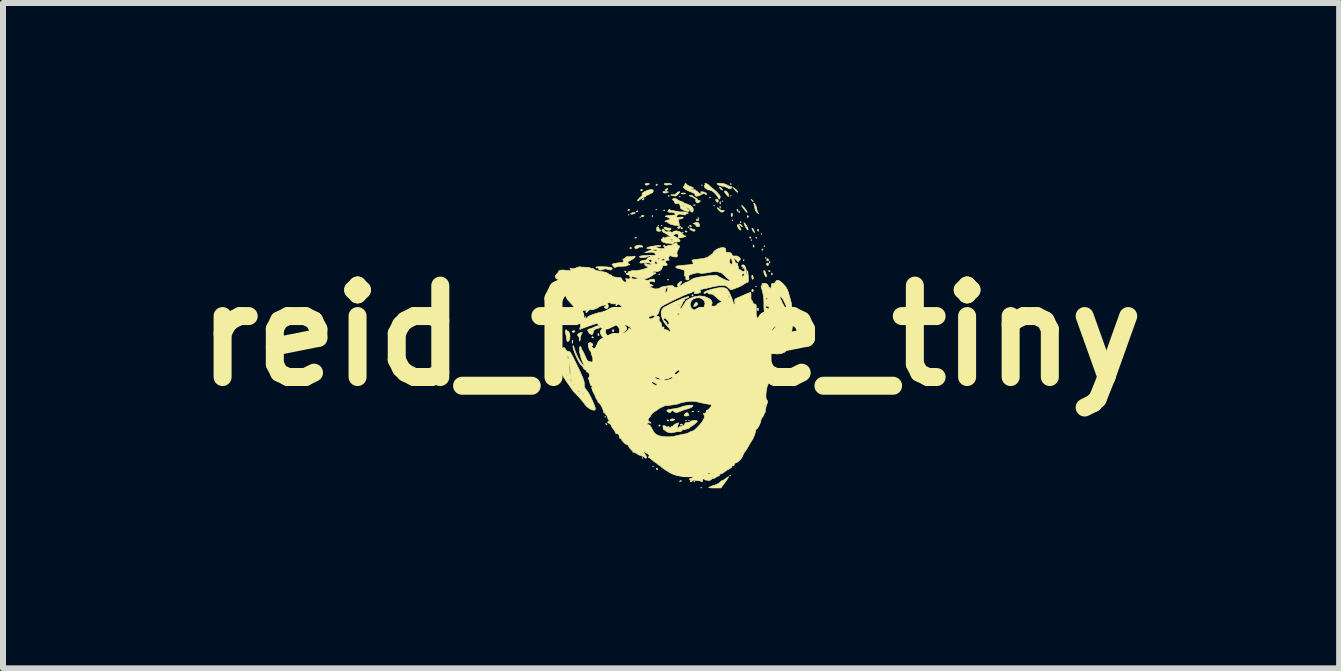
<source format=kicad_pcb>
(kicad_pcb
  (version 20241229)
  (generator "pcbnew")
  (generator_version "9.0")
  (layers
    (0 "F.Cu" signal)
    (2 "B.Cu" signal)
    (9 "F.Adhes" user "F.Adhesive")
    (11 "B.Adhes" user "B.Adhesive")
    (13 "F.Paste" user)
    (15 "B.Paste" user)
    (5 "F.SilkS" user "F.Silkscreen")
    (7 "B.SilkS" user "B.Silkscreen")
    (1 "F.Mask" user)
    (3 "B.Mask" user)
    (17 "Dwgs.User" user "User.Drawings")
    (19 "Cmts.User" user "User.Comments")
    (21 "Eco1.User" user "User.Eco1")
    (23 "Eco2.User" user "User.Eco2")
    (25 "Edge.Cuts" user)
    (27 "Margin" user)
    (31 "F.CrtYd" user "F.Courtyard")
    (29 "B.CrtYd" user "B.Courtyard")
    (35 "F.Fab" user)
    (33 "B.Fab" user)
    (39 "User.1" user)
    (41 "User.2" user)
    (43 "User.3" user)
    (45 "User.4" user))
  (footprint "reid_face_tiny"
    (layer "F.Cu")
    (at 8.135 2.545)
    (property "Reference" "reid_face_tiny" (at 0 0 0) (layer "F.SilkS") (effects (font (size 1.524 1.524) (thickness 0.3))))
    (attr through_hole)
    (fp_poly (pts (xy -1.422 -0.311) (xy -1.429 -0.305) (xy -1.435 -0.311) (xy -1.429 -0.318) (xy -1.422 -0.311)) (stroke (width 0.01) (type solid)) (fill yes) (layer "F.SilkS"))
    (fp_poly (pts (xy -1.168 -0.171) (xy -1.175 -0.165) (xy -1.181 -0.171) (xy -1.175 -0.178) (xy -1.168 -0.171)) (stroke (width 0.01) (type solid)) (fill yes) (layer "F.SilkS"))
    (fp_poly (pts (xy -1.105 -0.197) (xy -1.111 -0.191) (xy -1.118 -0.197) (xy -1.111 -0.203) (xy -1.105 -0.197)) (stroke (width 0.01) (type solid)) (fill yes) (layer "F.SilkS"))
    (fp_poly (pts (xy -1.092 1.353) (xy -1.099 1.359) (xy -1.105 1.353) (xy -1.099 1.346) (xy -1.092 1.353)) (stroke (width 0.01) (type solid)) (fill yes) (layer "F.SilkS"))
    (fp_poly (pts (xy -0.699 -2.013) (xy -0.705 -2.007) (xy -0.711 -2.013) (xy -0.705 -2.019) (xy -0.699 -2.013)) (stroke (width 0.01) (type solid)) (fill yes) (layer "F.SilkS"))
    (fp_poly (pts (xy -0.508 -1.975) (xy -0.514 -1.968) (xy -0.521 -1.975) (xy -0.514 -1.981) (xy -0.508 -1.975)) (stroke (width 0.01) (type solid)) (fill yes) (layer "F.SilkS"))
    (fp_poly (pts (xy -0.47 2.038) (xy -0.476 2.045) (xy -0.483 2.038) (xy -0.476 2.032) (xy -0.47 2.038)) (stroke (width 0.01) (type solid)) (fill yes) (layer "F.SilkS"))
    (fp_poly (pts (xy -0.292 2.178) (xy -0.298 2.184) (xy -0.305 2.178) (xy -0.298 2.172) (xy -0.292 2.178)) (stroke (width 0.01) (type solid)) (fill yes) (layer "F.SilkS"))
    (fp_poly (pts (xy -0.241 -2.102) (xy -0.248 -2.095) (xy -0.254 -2.102) (xy -0.248 -2.108) (xy -0.241 -2.102)) (stroke (width 0.01) (type solid)) (fill yes) (layer "F.SilkS"))
    (fp_poly (pts (xy -0.203 -1.835) (xy -0.21 -1.829) (xy -0.216 -1.835) (xy -0.21 -1.841) (xy -0.203 -1.835)) (stroke (width 0.01) (type solid)) (fill yes) (layer "F.SilkS"))
    (fp_poly (pts (xy -0.191 -1.022) (xy -0.197 -1.016) (xy -0.203 -1.022) (xy -0.197 -1.029) (xy -0.191 -1.022)) (stroke (width 0.01) (type solid)) (fill yes) (layer "F.SilkS"))
    (fp_poly (pts (xy -0.152 -1.835) (xy -0.159 -1.829) (xy -0.165 -1.835) (xy -0.159 -1.841) (xy -0.152 -1.835)) (stroke (width 0.01) (type solid)) (fill yes) (layer "F.SilkS"))
    (fp_poly (pts (xy 0.152 -2.318) (xy 0.146 -2.311) (xy 0.14 -2.318) (xy 0.146 -2.324) (xy 0.152 -2.318)) (stroke (width 0.01) (type solid)) (fill yes) (layer "F.SilkS"))
    (fp_poly (pts (xy 0.203 -1.721) (xy 0.197 -1.714) (xy 0.191 -1.721) (xy 0.197 -1.727) (xy 0.203 -1.721)) (stroke (width 0.01) (type solid)) (fill yes) (layer "F.SilkS"))
    (fp_poly (pts (xy 0.254 1.416) (xy 0.248 1.422) (xy 0.241 1.416) (xy 0.248 1.41) (xy 0.254 1.416)) (stroke (width 0.01) (type solid)) (fill yes) (layer "F.SilkS"))
    (fp_poly (pts (xy 0.305 1.416) (xy 0.298 1.422) (xy 0.292 1.416) (xy 0.298 1.41) (xy 0.305 1.416)) (stroke (width 0.01) (type solid)) (fill yes) (layer "F.SilkS"))
    (fp_poly (pts (xy 0.394 2.432) (xy 0.387 2.438) (xy 0.381 2.432) (xy 0.387 2.426) (xy 0.394 2.432)) (stroke (width 0.01) (type solid)) (fill yes) (layer "F.SilkS"))
    (fp_poly (pts (xy 0.508 2.534) (xy 0.502 2.54) (xy 0.495 2.534) (xy 0.502 2.527) (xy 0.508 2.534)) (stroke (width 0.01) (type solid)) (fill yes) (layer "F.SilkS"))
    (fp_poly (pts (xy 0.521 -2.508) (xy 0.514 -2.502) (xy 0.508 -2.508) (xy 0.514 -2.515) (xy 0.521 -2.508)) (stroke (width 0.01) (type solid)) (fill yes) (layer "F.SilkS"))
    (fp_poly (pts (xy 0.724 -2.165) (xy 0.718 -2.159) (xy 0.711 -2.165) (xy 0.718 -2.172) (xy 0.724 -2.165)) (stroke (width 0.01) (type solid)) (fill yes) (layer "F.SilkS"))
    (fp_poly (pts (xy 0.864 -2.242) (xy 0.857 -2.235) (xy 0.851 -2.242) (xy 0.857 -2.248) (xy 0.864 -2.242)) (stroke (width 0.01) (type solid)) (fill yes) (layer "F.SilkS"))
    (fp_poly (pts (xy 0.991 2.33) (xy 0.984 2.337) (xy 0.978 2.33) (xy 0.984 2.324) (xy 0.991 2.33)) (stroke (width 0.01) (type solid)) (fill yes) (layer "F.SilkS"))
    (fp_poly (pts (xy 1.003 -2.33) (xy 0.997 -2.324) (xy 0.991 -2.33) (xy 0.997 -2.337) (xy 1.003 -2.33)) (stroke (width 0.01) (type solid)) (fill yes) (layer "F.SilkS"))
    (fp_poly (pts (xy 1.029 -1.924) (xy 1.022 -1.918) (xy 1.016 -1.924) (xy 1.022 -1.93) (xy 1.029 -1.924)) (stroke (width 0.01) (type solid)) (fill yes) (layer "F.SilkS"))
    (fp_poly (pts (xy 1.206 -1.124) (xy 1.2 -1.118) (xy 1.194 -1.124) (xy 1.2 -1.13) (xy 1.206 -1.124)) (stroke (width 0.01) (type solid)) (fill yes) (layer "F.SilkS"))
    (fp_poly (pts (xy 1.346 -1.594) (xy 1.34 -1.587) (xy 1.333 -1.594) (xy 1.34 -1.6) (xy 1.346 -1.594)) (stroke (width 0.01) (type solid)) (fill yes) (layer "F.SilkS"))
    (fp_poly (pts (xy 1.422 -0.819) (xy 1.416 -0.813) (xy 1.41 -0.819) (xy 1.416 -0.826) (xy 1.422 -0.819)) (stroke (width 0.01) (type solid)) (fill yes) (layer "F.SilkS"))
    (fp_poly (pts (xy 1.511 -1.695) (xy 1.505 -1.689) (xy 1.499 -1.695) (xy 1.505 -1.702) (xy 1.511 -1.695)) (stroke (width 0.01) (type solid)) (fill yes) (layer "F.SilkS"))
    (fp_poly (pts (xy 1.562 -1.492) (xy 1.556 -1.486) (xy 1.549 -1.492) (xy 1.556 -1.499) (xy 1.562 -1.492)) (stroke (width 0.01) (type solid)) (fill yes) (layer "F.SilkS"))
    (fp_poly (pts (xy -0.575 -1.633) (xy -0.579 -1.628) (xy -0.592 -1.627) (xy -0.605 -1.63) (xy -0.599 -1.634) (xy -0.579 -1.636) (xy -0.575 -1.633)) (stroke (width 0.01) (type solid)) (fill yes) (layer "F.SilkS"))
    (fp_poly (pts (xy -0.423 0.061) (xy -0.422 0.081) (xy -0.424 0.085) (xy -0.43 0.082) (xy -0.431 0.069) (xy -0.428 0.055) (xy -0.423 0.061)) (stroke (width 0.01) (type solid)) (fill yes) (layer "F.SilkS"))
    (fp_poly (pts (xy -0.309 -2.002) (xy -0.308 -1.987) (xy -0.309 -1.985) (xy -0.317 -1.987) (xy -0.318 -1.994) (xy -0.313 -2.004) (xy -0.309 -2.002)) (stroke (width 0.01) (type solid)) (fill yes) (layer "F.SilkS"))
    (fp_poly (pts (xy -0.106 -2.091) (xy -0.108 -2.084) (xy -0.114 -2.083) (xy -0.125 -2.087) (xy -0.123 -2.091) (xy -0.108 -2.093) (xy -0.106 -2.091)) (stroke (width 0.01) (type solid)) (fill yes) (layer "F.SilkS"))
    (fp_poly (pts (xy -0.042 -0.936) (xy -0.044 -0.928) (xy -0.051 -0.927) (xy -0.061 -0.932) (xy -0.059 -0.936) (xy -0.044 -0.937) (xy -0.042 -0.936)) (stroke (width 0.01) (type solid)) (fill yes) (layer "F.SilkS"))
    (fp_poly (pts (xy -0.03 -2.333) (xy -0.031 -2.325) (xy -0.038 -2.324) (xy -0.049 -2.329) (xy -0.047 -2.333) (xy -0.031 -2.334) (xy -0.03 -2.333)) (stroke (width 0.01) (type solid)) (fill yes) (layer "F.SilkS"))
    (fp_poly (pts (xy 0.301 -1.812) (xy 0.299 -1.804) (xy 0.292 -1.803) (xy 0.282 -1.808) (xy 0.284 -1.812) (xy 0.299 -1.813) (xy 0.301 -1.812)) (stroke (width 0.01) (type solid)) (fill yes) (layer "F.SilkS"))
    (fp_poly (pts (xy 0.378 1.262) (xy 0.374 1.268) (xy 0.361 1.269) (xy 0.347 1.266) (xy 0.353 1.261) (xy 0.373 1.26) (xy 0.378 1.262)) (stroke (width 0.01) (type solid)) (fill yes) (layer "F.SilkS"))
    (fp_poly (pts (xy 0.403 -2.179) (xy 0.399 -2.174) (xy 0.386 -2.173) (xy 0.373 -2.176) (xy 0.379 -2.18) (xy 0.398 -2.182) (xy 0.403 -2.179)) (stroke (width 0.01) (type solid)) (fill yes) (layer "F.SilkS"))
    (fp_poly (pts (xy 0.466 -1.964) (xy 0.464 -1.957) (xy 0.457 -1.956) (xy 0.447 -1.96) (xy 0.449 -1.964) (xy 0.464 -1.966) (xy 0.466 -1.964)) (stroke (width 0.01) (type solid)) (fill yes) (layer "F.SilkS"))
    (fp_poly (pts (xy 0.466 1.262) (xy 0.464 1.269) (xy 0.457 1.27) (xy 0.447 1.265) (xy 0.449 1.262) (xy 0.464 1.26) (xy 0.466 1.262)) (stroke (width 0.01) (type solid)) (fill yes) (layer "F.SilkS"))
    (fp_poly (pts (xy 0.656 -2.307) (xy 0.654 -2.3) (xy 0.648 -2.299) (xy 0.637 -2.303) (xy 0.639 -2.307) (xy 0.654 -2.309) (xy 0.656 -2.307)) (stroke (width 0.01) (type solid)) (fill yes) (layer "F.SilkS"))
    (fp_poly (pts (xy 0.821 -2.149) (xy 0.823 -2.129) (xy 0.82 -2.124) (xy 0.815 -2.128) (xy 0.814 -2.141) (xy 0.817 -2.155) (xy 0.821 -2.149)) (stroke (width 0.01) (type solid)) (fill yes) (layer "F.SilkS"))
    (fp_poly (pts (xy 0.999 -2.536) (xy 1.001 -2.521) (xy 0.999 -2.519) (xy 0.992 -2.521) (xy 0.991 -2.527) (xy 0.995 -2.538) (xy 0.999 -2.536)) (stroke (width 0.01) (type solid)) (fill yes) (layer "F.SilkS"))
    (fp_poly (pts (xy 1.139 -2.072) (xy 1.14 -2.053) (xy 1.138 -2.048) (xy 1.132 -2.052) (xy 1.131 -2.065) (xy 1.134 -2.078) (xy 1.139 -2.072)) (stroke (width 0.01) (type solid)) (fill yes) (layer "F.SilkS"))
    (fp_poly (pts (xy 1.164 -1.901) (xy 1.166 -1.886) (xy 1.164 -1.884) (xy 1.157 -1.886) (xy 1.156 -1.892) (xy 1.16 -1.903) (xy 1.164 -1.901)) (stroke (width 0.01) (type solid)) (fill yes) (layer "F.SilkS"))
    (fp_poly (pts (xy 1.215 -1.266) (xy 1.216 -1.251) (xy 1.215 -1.249) (xy 1.207 -1.251) (xy 1.206 -1.257) (xy 1.211 -1.268) (xy 1.215 -1.266)) (stroke (width 0.01) (type solid)) (fill yes) (layer "F.SilkS"))
    (fp_poly (pts (xy 1.431 -1.634) (xy 1.429 -1.627) (xy 1.422 -1.626) (xy 1.412 -1.63) (xy 1.414 -1.634) (xy 1.429 -1.636) (xy 1.431 -1.634)) (stroke (width 0.01) (type solid)) (fill yes) (layer "F.SilkS"))
    (fp_poly (pts (xy 1.583 -1.304) (xy 1.585 -1.289) (xy 1.583 -1.287) (xy 1.576 -1.289) (xy 1.575 -1.295) (xy 1.579 -1.306) (xy 1.583 -1.304)) (stroke (width 0.01) (type solid)) (fill yes) (layer "F.SilkS"))
    (fp_poly (pts (xy 1.647 -1.234) (xy 1.648 -1.214) (xy 1.646 -1.21) (xy 1.64 -1.214) (xy 1.639 -1.227) (xy 1.642 -1.24) (xy 1.647 -1.234)) (stroke (width 0.01) (type solid)) (fill yes) (layer "F.SilkS"))
    (fp_poly (pts (xy -1.081 1.466) (xy -1.068 1.477) (xy -1.067 1.48) (xy -1.073 1.486) (xy -1.085 1.474) (xy -1.087 1.471) (xy -1.089 1.463) (xy -1.081 1.466)) (stroke (width 0.01) (type solid)) (fill yes) (layer "F.SilkS"))
    (fp_poly (pts (xy -0.552 -2.08) (xy -0.556 -2.071) (xy -0.568 -2.065) (xy -0.583 -2.061) (xy -0.577 -2.07) (xy -0.575 -2.072) (xy -0.558 -2.082) (xy -0.552 -2.08)) (stroke (width 0.01) (type solid)) (fill yes) (layer "F.SilkS"))
    (fp_poly (pts (xy -0.23 -2.524) (xy -0.228 -2.518) (xy -0.237 -2.506) (xy -0.242 -2.504) (xy -0.253 -2.508) (xy -0.252 -2.514) (xy -0.241 -2.527) (xy -0.23 -2.524)) (stroke (width 0.01) (type solid)) (fill yes) (layer "F.SilkS"))
    (fp_poly (pts (xy 0.172 2.415) (xy 0.168 2.425) (xy 0.156 2.431) (xy 0.141 2.435) (xy 0.147 2.426) (xy 0.149 2.424) (xy 0.166 2.414) (xy 0.172 2.415)) (stroke (width 0.01) (type solid)) (fill yes) (layer "F.SilkS"))
    (fp_poly (pts (xy 0.255 -1.746) (xy 0.266 -1.733) (xy 0.253 -1.727) (xy 0.247 -1.727) (xy 0.234 -1.733) (xy 0.235 -1.74) (xy 0.25 -1.747) (xy 0.255 -1.746)) (stroke (width 0.01) (type solid)) (fill yes) (layer "F.SilkS"))
    (fp_poly (pts (xy 1.283 -2) (xy 1.29 -1.985) (xy 1.289 -1.98) (xy 1.276 -1.969) (xy 1.27 -1.982) (xy 1.27 -1.988) (xy 1.276 -2.001) (xy 1.283 -2)) (stroke (width 0.01) (type solid)) (fill yes) (layer "F.SilkS"))
    (fp_poly (pts (xy 1.459 -1.769) (xy 1.46 -1.76) (xy 1.456 -1.741) (xy 1.445 -1.747) (xy 1.442 -1.752) (xy 1.444 -1.768) (xy 1.448 -1.772) (xy 1.459 -1.769)) (stroke (width 0.01) (type solid)) (fill yes) (layer "F.SilkS"))
    (fp_poly (pts (xy -1.931 -0.537) (xy -1.93 -0.533) (xy -1.935 -0.521) (xy -1.936 -0.521) (xy -1.947 -0.53) (xy -1.949 -0.533) (xy -1.948 -0.545) (xy -1.944 -0.546) (xy -1.931 -0.537)) (stroke (width 0.01) (type solid)) (fill yes) (layer "F.SilkS"))
    (fp_poly (pts (xy -1.882 -0.032) (xy -1.864 -0.012) (xy -1.861 -0.01) (xy -1.861 -0.002) (xy -1.871 0) (xy -1.889 -0.01) (xy -1.892 -0.022) (xy -1.888 -0.035) (xy -1.882 -0.032)) (stroke (width 0.01) (type solid)) (fill yes) (layer "F.SilkS"))
    (fp_poly (pts (xy -1.642 0.079) (xy -1.64 0.112) (xy -1.642 0.124) (xy -1.646 0.128) (xy -1.648 0.11) (xy -1.648 0.102) (xy -1.647 0.078) (xy -1.643 0.076) (xy -1.642 0.079)) (stroke (width 0.01) (type solid)) (fill yes) (layer "F.SilkS"))
    (fp_poly (pts (xy -1.603 -0.077) (xy -1.603 -0.073) (xy -1.618 -0.056) (xy -1.637 -0.056) (xy -1.644 -0.063) (xy -1.649 -0.076) (xy -1.649 -0.077) (xy -1.615 -0.083) (xy -1.603 -0.077)) (stroke (width 0.01) (type solid)) (fill yes) (layer "F.SilkS"))
    (fp_poly (pts (xy -1.308 0.019) (xy -1.296 0.03) (xy -1.295 0.032) (xy -1.305 0.038) (xy -1.308 0.038) (xy -1.32 0.028) (xy -1.321 0.025) (xy -1.313 0.017) (xy -1.308 0.019)) (stroke (width 0.01) (type solid)) (fill yes) (layer "F.SilkS"))
    (fp_poly (pts (xy -1.206 -0.028) (xy -1.202 -0.019) (xy -1.202 -0.003) (xy -1.207 0) (xy -1.218 -0.01) (xy -1.219 -0.019) (xy -1.216 -0.036) (xy -1.214 -0.038) (xy -1.206 -0.028)) (stroke (width 0.01) (type solid)) (fill yes) (layer "F.SilkS"))
    (fp_poly (pts (xy -0.954 -0.091) (xy -0.953 -0.083) (xy -0.959 -0.066) (xy -0.965 -0.064) (xy -0.976 -0.074) (xy -0.978 -0.083) (xy -0.971 -0.099) (xy -0.965 -0.102) (xy -0.954 -0.091)) (stroke (width 0.01) (type solid)) (fill yes) (layer "F.SilkS"))
    (fp_poly (pts (xy -0.75 -1.07) (xy -0.749 -1.067) (xy -0.759 -1.054) (xy -0.762 -1.054) (xy -0.774 -1.064) (xy -0.775 -1.067) (xy -0.765 -1.079) (xy -0.762 -1.079) (xy -0.75 -1.07)) (stroke (width 0.01) (type solid)) (fill yes) (layer "F.SilkS"))
    (fp_poly (pts (xy -0.69 -2.1) (xy -0.692 -2.095) (xy -0.709 -2.083) (xy -0.713 -2.083) (xy -0.72 -2.091) (xy -0.718 -2.095) (xy -0.701 -2.108) (xy -0.697 -2.108) (xy -0.69 -2.1)) (stroke (width 0.01) (type solid)) (fill yes) (layer "F.SilkS"))
    (fp_poly (pts (xy -0.661 -1.464) (xy -0.66 -1.46) (xy -0.67 -1.448) (xy -0.673 -1.448) (xy -0.685 -1.457) (xy -0.686 -1.46) (xy -0.676 -1.473) (xy -0.673 -1.473) (xy -0.661 -1.464)) (stroke (width 0.01) (type solid)) (fill yes) (layer "F.SilkS"))
    (fp_poly (pts (xy -0.475 -2.432) (xy -0.476 -2.426) (xy -0.492 -2.413) (xy -0.496 -2.413) (xy -0.508 -2.423) (xy -0.508 -2.426) (xy -0.498 -2.437) (xy -0.488 -2.438) (xy -0.475 -2.432)) (stroke (width 0.01) (type solid)) (fill yes) (layer "F.SilkS"))
    (fp_poly (pts (xy -0.452 -2.002) (xy -0.451 -1.994) (xy -0.469 -1.982) (xy -0.477 -1.981) (xy -0.493 -1.988) (xy -0.495 -1.994) (xy -0.485 -2.004) (xy -0.469 -2.007) (xy -0.452 -2.002)) (stroke (width 0.01) (type solid)) (fill yes) (layer "F.SilkS"))
    (fp_poly (pts (xy -0.449 -2.278) (xy -0.451 -2.273) (xy -0.468 -2.261) (xy -0.471 -2.261) (xy -0.478 -2.268) (xy -0.476 -2.273) (xy -0.459 -2.286) (xy -0.456 -2.286) (xy -0.449 -2.278)) (stroke (width 0.01) (type solid)) (fill yes) (layer "F.SilkS"))
    (fp_poly (pts (xy -0.225 2.219) (xy -0.222 2.223) (xy -0.223 2.234) (xy -0.227 2.235) (xy -0.245 2.226) (xy -0.248 2.223) (xy -0.247 2.211) (xy -0.243 2.21) (xy -0.225 2.219)) (stroke (width 0.01) (type solid)) (fill yes) (layer "F.SilkS"))
    (fp_poly (pts (xy -0.182 1.494) (xy -0.184 1.499) (xy -0.196 1.511) (xy -0.198 1.511) (xy -0.203 1.501) (xy -0.203 1.499) (xy -0.193 1.486) (xy -0.19 1.486) (xy -0.182 1.494)) (stroke (width 0.01) (type solid)) (fill yes) (layer "F.SilkS"))
    (fp_poly (pts (xy -0.051 1.403) (xy -0.039 1.415) (xy -0.038 1.417) (xy -0.048 1.422) (xy -0.051 1.422) (xy -0.063 1.413) (xy -0.064 1.409) (xy -0.056 1.401) (xy -0.051 1.403)) (stroke (width 0.01) (type solid)) (fill yes) (layer "F.SilkS"))
    (fp_poly (pts (xy 0.16 -1.82) (xy 0.149 -1.8) (xy 0.129 -1.786) (xy 0.116 -1.79) (xy 0.107 -1.8) (xy 0.12 -1.812) (xy 0.126 -1.816) (xy 0.152 -1.826) (xy 0.16 -1.82)) (stroke (width 0.01) (type solid)) (fill yes) (layer "F.SilkS"))
    (fp_poly (pts (xy 0.188 1.476) (xy 0.191 1.478) (xy 0.181 1.486) (xy 0.171 1.49) (xy 0.155 1.491) (xy 0.152 1.486) (xy 0.163 1.475) (xy 0.171 1.473) (xy 0.188 1.476)) (stroke (width 0.01) (type solid)) (fill yes) (layer "F.SilkS"))
    (fp_poly (pts (xy 0.19 -1.794) (xy 0.191 -1.791) (xy 0.181 -1.778) (xy 0.178 -1.778) (xy 0.165 -1.788) (xy 0.165 -1.791) (xy 0.175 -1.803) (xy 0.178 -1.803) (xy 0.19 -1.794)) (stroke (width 0.01) (type solid)) (fill yes) (layer "F.SilkS"))
    (fp_poly (pts (xy 0.334 -1.832) (xy 0.337 -1.829) (xy 0.336 -1.817) (xy 0.332 -1.816) (xy 0.314 -1.825) (xy 0.311 -1.829) (xy 0.312 -1.841) (xy 0.316 -1.841) (xy 0.334 -1.832)) (stroke (width 0.01) (type solid)) (fill yes) (layer "F.SilkS"))
    (fp_poly (pts (xy 0.368 -0.676) (xy 0.368 -0.673) (xy 0.359 -0.661) (xy 0.355 -0.66) (xy 0.347 -0.668) (xy 0.349 -0.673) (xy 0.361 -0.685) (xy 0.363 -0.686) (xy 0.368 -0.676)) (stroke (width 0.01) (type solid)) (fill yes) (layer "F.SilkS"))
    (fp_poly (pts (xy 0.459 -1.935) (xy 0.464 -1.93) (xy 0.46 -1.92) (xy 0.445 -1.918) (xy 0.424 -1.923) (xy 0.419 -1.93) (xy 0.429 -1.942) (xy 0.437 -1.943) (xy 0.459 -1.935)) (stroke (width 0.01) (type solid)) (fill yes) (layer "F.SilkS"))
    (fp_poly (pts (xy 0.821 -2.234) (xy 0.822 -2.232) (xy 0.823 -2.204) (xy 0.821 -2.194) (xy 0.817 -2.193) (xy 0.815 -2.213) (xy 0.815 -2.216) (xy 0.817 -2.236) (xy 0.821 -2.234)) (stroke (width 0.01) (type solid)) (fill yes) (layer "F.SilkS"))
    (fp_poly (pts (xy 0.826 -2.468) (xy 0.845 -2.451) (xy 0.857 -2.433) (xy 0.855 -2.426) (xy 0.838 -2.434) (xy 0.819 -2.451) (xy 0.807 -2.469) (xy 0.809 -2.477) (xy 0.826 -2.468)) (stroke (width 0.01) (type solid)) (fill yes) (layer "F.SilkS"))
    (fp_poly (pts (xy 1.116 -2.098) (xy 1.118 -2.089) (xy 1.115 -2.072) (xy 1.113 -2.07) (xy 1.104 -2.08) (xy 1.1 -2.089) (xy 1.1 -2.106) (xy 1.105 -2.108) (xy 1.116 -2.098)) (stroke (width 0.01) (type solid)) (fill yes) (layer "F.SilkS"))
    (fp_poly (pts (xy 1.321 -1.645) (xy 1.333 -1.633) (xy 1.333 -1.631) (xy 1.324 -1.626) (xy 1.321 -1.626) (xy 1.309 -1.635) (xy 1.308 -1.639) (xy 1.316 -1.647) (xy 1.321 -1.645)) (stroke (width 0.01) (type solid)) (fill yes) (layer "F.SilkS"))
    (fp_poly (pts (xy 1.34 -2.269) (xy 1.349 -2.262) (xy 1.369 -2.244) (xy 1.369 -2.235) (xy 1.367 -2.235) (xy 1.356 -2.244) (xy 1.345 -2.257) (xy 1.334 -2.272) (xy 1.34 -2.269)) (stroke (width 0.01) (type solid)) (fill yes) (layer "F.SilkS"))
    (fp_poly (pts (xy 1.37 -0.764) (xy 1.372 -0.756) (xy 1.364 -0.735) (xy 1.359 -0.73) (xy 1.349 -0.734) (xy 1.346 -0.749) (xy 1.351 -0.77) (xy 1.359 -0.775) (xy 1.37 -0.764)) (stroke (width 0.01) (type solid)) (fill yes) (layer "F.SilkS"))
    (fp_poly (pts (xy 1.383 -1.501) (xy 1.384 -1.492) (xy 1.382 -1.475) (xy 1.379 -1.473) (xy 1.371 -1.483) (xy 1.367 -1.492) (xy 1.367 -1.509) (xy 1.372 -1.511) (xy 1.383 -1.501)) (stroke (width 0.01) (type solid)) (fill yes) (layer "F.SilkS"))
    (fp_poly (pts (xy 1.459 -0.447) (xy 1.46 -0.438) (xy 1.454 -0.421) (xy 1.448 -0.419) (xy 1.437 -0.429) (xy 1.435 -0.438) (xy 1.442 -0.455) (xy 1.448 -0.457) (xy 1.459 -0.447)) (stroke (width 0.01) (type solid)) (fill yes) (layer "F.SilkS"))
    (fp_poly (pts (xy 1.499 -0.181) (xy 1.499 -0.18) (xy 1.495 -0.156) (xy 1.486 -0.156) (xy 1.479 -0.166) (xy 1.479 -0.186) (xy 1.484 -0.194) (xy 1.495 -0.199) (xy 1.499 -0.181)) (stroke (width 0.01) (type solid)) (fill yes) (layer "F.SilkS"))
    (fp_poly (pts (xy 1.533 -1.44) (xy 1.53 -1.435) (xy 1.518 -1.423) (xy 1.516 -1.422) (xy 1.515 -1.431) (xy 1.518 -1.435) (xy 1.53 -1.447) (xy 1.532 -1.448) (xy 1.533 -1.44)) (stroke (width 0.01) (type solid)) (fill yes) (layer "F.SilkS"))
    (fp_poly (pts (xy 1.622 -1.209) (xy 1.626 -1.193) (xy 1.619 -1.172) (xy 1.603 -1.171) (xy 1.596 -1.177) (xy 1.588 -1.196) (xy 1.605 -1.211) (xy 1.607 -1.211) (xy 1.622 -1.209)) (stroke (width 0.01) (type solid)) (fill yes) (layer "F.SilkS"))
    (fp_poly (pts (xy 1.624 -1.272) (xy 1.626 -1.264) (xy 1.618 -1.246) (xy 1.6 -1.249) (xy 1.596 -1.253) (xy 1.594 -1.269) (xy 1.607 -1.281) (xy 1.614 -1.283) (xy 1.624 -1.272)) (stroke (width 0.01) (type solid)) (fill yes) (layer "F.SilkS"))
    (fp_poly (pts (xy 1.638 -1.086) (xy 1.65 -1.074) (xy 1.651 -1.072) (xy 1.641 -1.067) (xy 1.638 -1.067) (xy 1.626 -1.077) (xy 1.626 -1.08) (xy 1.633 -1.088) (xy 1.638 -1.086)) (stroke (width 0.01) (type solid)) (fill yes) (layer "F.SilkS"))
    (fp_poly (pts (xy 1.689 -1.032) (xy 1.689 -1.029) (xy 1.685 -1.016) (xy 1.683 -1.016) (xy 1.673 -1.025) (xy 1.67 -1.029) (xy 1.671 -1.04) (xy 1.676 -1.041) (xy 1.689 -1.032)) (stroke (width 0.01) (type solid)) (fill yes) (layer "F.SilkS"))
    (fp_poly (pts (xy -0.6 -2.052) (xy -0.597 -2.043) (xy -0.612 -2.034) (xy -0.638 -2.027) (xy -0.663 -2.025) (xy -0.673 -2.03) (xy -0.662 -2.041) (xy -0.638 -2.05) (xy -0.613 -2.055) (xy -0.6 -2.052)) (stroke (width 0.01) (type solid)) (fill yes) (layer "F.SilkS"))
    (fp_poly (pts (xy -0.076 -2.403) (xy -0.049 -2.398) (xy -0.045 -2.393) (xy -0.057 -2.387) (xy -0.096 -2.377) (xy -0.125 -2.38) (xy -0.133 -2.387) (xy -0.133 -2.401) (xy -0.111 -2.406) (xy -0.076 -2.403)) (stroke (width 0.01) (type solid)) (fill yes) (layer "F.SilkS"))
    (fp_poly (pts (xy -0.058 -2.439) (xy -0.062 -2.434) (xy -0.082 -2.417) (xy -0.096 -2.414) (xy -0.099 -2.427) (xy -0.098 -2.429) (xy -0.083 -2.444) (xy -0.069 -2.449) (xy -0.053 -2.45) (xy -0.058 -2.439)) (stroke (width 0.01) (type solid)) (fill yes) (layer "F.SilkS"))
    (fp_poly (pts (xy 0.048 1.391) (xy 0.062 1.399) (xy 0.054 1.406) (xy 0.044 1.41) (xy 0.009 1.421) (xy -0.01 1.416) (xy -0.013 1.409) (xy -0.002 1.393) (xy 0.023 1.386) (xy 0.048 1.391)) (stroke (width 0.01) (type solid)) (fill yes) (layer "F.SilkS"))
    (fp_poly (pts (xy 0.783 -2.265) (xy 0.787 -2.248) (xy 0.782 -2.227) (xy 0.775 -2.223) (xy 0.76 -2.232) (xy 0.749 -2.248) (xy 0.742 -2.267) (xy 0.754 -2.273) (xy 0.762 -2.273) (xy 0.783 -2.265)) (stroke (width 0.01) (type solid)) (fill yes) (layer "F.SilkS"))
    (fp_poly (pts (xy -0.368 -2.537) (xy -0.361 -2.529) (xy -0.361 -2.529) (xy -0.378 -2.517) (xy -0.403 -2.509) (xy -0.423 -2.511) (xy -0.425 -2.512) (xy -0.432 -2.528) (xy -0.416 -2.538) (xy -0.393 -2.54) (xy -0.368 -2.537)) (stroke (width 0.01) (type solid)) (fill yes) (layer "F.SilkS"))
    (fp_poly (pts (xy 0.221 -2.377) (xy 0.239 -2.371) (xy 0.241 -2.367) (xy 0.23 -2.364) (xy 0.203 -2.362) (xy 0.2 -2.362) (xy 0.174 -2.365) (xy 0.173 -2.372) (xy 0.176 -2.374) (xy 0.196 -2.379) (xy 0.221 -2.377)) (stroke (width 0.01) (type solid)) (fill yes) (layer "F.SilkS"))
    (fp_poly (pts (xy 0.44 -0.539) (xy 0.44 -0.515) (xy 0.418 -0.497) (xy 0.398 -0.49) (xy 0.379 -0.486) (xy 0.376 -0.492) (xy 0.387 -0.515) (xy 0.389 -0.52) (xy 0.409 -0.551) (xy 0.427 -0.557) (xy 0.44 -0.539)) (stroke (width 0.01) (type solid)) (fill yes) (layer "F.SilkS"))
    (fp_poly (pts (xy 1.022 -2.035) (xy 1.025 -2.016) (xy 1.021 -1.995) (xy 1.015 -1.987) (xy 1.005 -1.99) (xy 1.003 -2) (xy 1.003 -2.023) (xy 1.002 -2.029) (xy 1.011 -2.041) (xy 1.012 -2.041) (xy 1.022 -2.035)) (stroke (width 0.01) (type solid)) (fill yes) (layer "F.SilkS"))
    (fp_poly (pts (xy 1.359 -1.003) (xy 1.369 -0.977) (xy 1.37 -0.953) (xy 1.361 -0.94) (xy 1.359 -0.94) (xy 1.35 -0.951) (xy 1.346 -0.978) (xy 1.346 -0.981) (xy 1.348 -1.007) (xy 1.354 -1.009) (xy 1.359 -1.003)) (stroke (width 0.01) (type solid)) (fill yes) (layer "F.SilkS"))
    (fp_poly (pts (xy 1.369 -1.78) (xy 1.382 -1.754) (xy 1.382 -1.753) (xy 1.391 -1.723) (xy 1.389 -1.717) (xy 1.375 -1.733) (xy 1.367 -1.746) (xy 1.35 -1.774) (xy 1.348 -1.788) (xy 1.358 -1.791) (xy 1.369 -1.78)) (stroke (width 0.01) (type solid)) (fill yes) (layer "F.SilkS"))
    (fp_poly (pts (xy 0.927 -2.402) (xy 0.947 -2.377) (xy 0.961 -2.348) (xy 0.963 -2.328) (xy 0.956 -2.32) (xy 0.94 -2.332) (xy 0.924 -2.35) (xy 0.898 -2.385) (xy 0.89 -2.405) (xy 0.9 -2.413) (xy 0.907 -2.413) (xy 0.927 -2.402)) (stroke (width 0.01) (type solid)) (fill yes) (layer "F.SilkS"))
    (fp_poly (pts (xy 0.282 1.293) (xy 0.292 1.308) (xy 0.299 1.328) (xy 0.289 1.334) (xy 0.263 1.338) (xy 0.251 1.34) (xy 0.228 1.337) (xy 0.22 1.33) (xy 0.223 1.315) (xy 0.24 1.296) (xy 0.261 1.284) (xy 0.269 1.283) (xy 0.282 1.293)) (stroke (width 0.01) (type solid)) (fill yes) (layer "F.SilkS"))
    (fp_poly (pts (xy 1.155 -1.855) (xy 1.179 -1.838) (xy 1.19 -1.823) (xy 1.184 -1.816) (xy 1.182 -1.816) (xy 1.169 -1.825) (xy 1.168 -1.829) (xy 1.158 -1.84) (xy 1.149 -1.841) (xy 1.132 -1.849) (xy 1.13 -1.855) (xy 1.138 -1.861) (xy 1.155 -1.855)) (stroke (width 0.01) (type solid)) (fill yes) (layer "F.SilkS"))
    (fp_poly (pts (xy 1.191 -2.162) (xy 1.215 -2.139) (xy 1.24 -2.108) (xy 1.251 -2.092) (xy 1.267 -2.063) (xy 1.269 -2.052) (xy 1.259 -2.059) (xy 1.238 -2.081) (xy 1.216 -2.109) (xy 1.193 -2.141) (xy 1.178 -2.164) (xy 1.176 -2.172) (xy 1.191 -2.162)) (stroke (width 0.01) (type solid)) (fill yes) (layer "F.SilkS"))
    (fp_poly (pts (xy 1.23 -1.872) (xy 1.251 -1.842) (xy 1.269 -1.813) (xy 1.283 -1.783) (xy 1.285 -1.766) (xy 1.275 -1.767) (xy 1.259 -1.782) (xy 1.246 -1.804) (xy 1.229 -1.838) (xy 1.225 -1.849) (xy 1.215 -1.877) (xy 1.217 -1.884) (xy 1.23 -1.872)) (stroke (width 0.01) (type solid)) (fill yes) (layer "F.SilkS"))
    (fp_poly (pts (xy 1.57 -1.065) (xy 1.584 -1.026) (xy 1.588 -1.015) (xy 1.593 -0.987) (xy 1.587 -0.979) (xy 1.574 -0.99) (xy 1.558 -1.02) (xy 1.556 -1.024) (xy 1.546 -1.056) (xy 1.544 -1.079) (xy 1.545 -1.082) (xy 1.556 -1.085) (xy 1.57 -1.065)) (stroke (width 0.01) (type solid)) (fill yes) (layer "F.SilkS"))
    (fp_poly (pts (xy 1.035 -2.471) (xy 1.053 -2.459) (xy 1.056 -2.456) (xy 1.081 -2.435) (xy 1.101 -2.413) (xy 1.112 -2.395) (xy 1.108 -2.389) (xy 1.108 -2.389) (xy 1.094 -2.398) (xy 1.073 -2.42) (xy 1.067 -2.427) (xy 1.041 -2.458) (xy 1.03 -2.472) (xy 1.035 -2.471)) (stroke (width 0.01) (type solid)) (fill yes) (layer "F.SilkS"))
    (fp_poly (pts (xy 1.118 -1.848) (xy 1.131 -1.833) (xy 1.147 -1.807) (xy 1.16 -1.78) (xy 1.166 -1.761) (xy 1.165 -1.758) (xy 1.154 -1.762) (xy 1.134 -1.78) (xy 1.132 -1.782) (xy 1.116 -1.805) (xy 1.106 -1.829) (xy 1.105 -1.846) (xy 1.114 -1.85) (xy 1.118 -1.848)) (stroke (width 0.01) (type solid)) (fill yes) (layer "F.SilkS"))
    (fp_poly (pts (xy -0.207 -1.806) (xy -0.203 -1.791) (xy -0.195 -1.77) (xy -0.184 -1.765) (xy -0.167 -1.758) (xy -0.165 -1.753) (xy -0.176 -1.744) (xy -0.203 -1.74) (xy -0.203 -1.74) (xy -0.23 -1.743) (xy -0.24 -1.758) (xy -0.241 -1.778) (xy -0.236 -1.808) (xy -0.222 -1.816) (xy -0.207 -1.806)) (stroke (width 0.01) (type solid)) (fill yes) (layer "F.SilkS"))
    (fp_poly (pts (xy -0.043 -2.539) (xy -0.013 -2.535) (xy 0.006 -2.527) (xy 0.008 -2.525) (xy 0.009 -2.517) (xy 0.002 -2.52) (xy -0.02 -2.522) (xy -0.035 -2.518) (xy -0.066 -2.511) (xy -0.086 -2.512) (xy -0.108 -2.52) (xy -0.114 -2.528) (xy -0.103 -2.536) (xy -0.077 -2.54) (xy -0.043 -2.539)) (stroke (width 0.01) (type solid)) (fill yes) (layer "F.SilkS"))
    (fp_poly (pts (xy 0.344 -1.785) (xy 0.348 -1.781) (xy 0.359 -1.774) (xy 0.376 -1.769) (xy 0.394 -1.767) (xy 0.402 -1.758) (xy 0.4 -1.753) (xy 0.39 -1.742) (xy 0.372 -1.743) (xy 0.347 -1.753) (xy 0.323 -1.767) (xy 0.31 -1.781) (xy 0.315 -1.79) (xy 0.321 -1.791) (xy 0.344 -1.785)) (stroke (width 0.01) (type solid)) (fill yes) (layer "F.SilkS"))
    (fp_poly (pts (xy -0.491 -1.501) (xy -0.473 -1.489) (xy -0.472 -1.487) (xy -0.474 -1.476) (xy -0.494 -1.477) (xy -0.499 -1.478) (xy -0.532 -1.477) (xy -0.546 -1.467) (xy -0.571 -1.45) (xy -0.595 -1.453) (xy -0.604 -1.462) (xy -0.604 -1.481) (xy -0.585 -1.497) (xy -0.553 -1.507) (xy -0.522 -1.509) (xy -0.491 -1.501)) (stroke (width 0.01) (type solid)) (fill yes) (layer "F.SilkS"))
    (fp_poly (pts (xy 0.461 -1.879) (xy 0.475 -1.846) (xy 0.475 -1.846) (xy 0.478 -1.826) (xy 0.465 -1.819) (xy 0.446 -1.819) (xy 0.419 -1.824) (xy 0.415 -1.835) (xy 0.409 -1.85) (xy 0.391 -1.86) (xy 0.374 -1.867) (xy 0.376 -1.873) (xy 0.4 -1.881) (xy 0.404 -1.883) (xy 0.439 -1.89) (xy 0.461 -1.879)) (stroke (width 0.01) (type solid)) (fill yes) (layer "F.SilkS"))
    (fp_poly (pts (xy 0.788 -2.125) (xy 0.807 -2.107) (xy 0.837 -2.088) (xy 0.86 -2.089) (xy 0.883 -2.089) (xy 0.888 -2.079) (xy 0.871 -2.066) (xy 0.869 -2.065) (xy 0.847 -2.059) (xy 0.83 -2.063) (xy 0.808 -2.081) (xy 0.794 -2.095) (xy 0.774 -2.119) (xy 0.768 -2.132) (xy 0.77 -2.134) (xy 0.788 -2.125)) (stroke (width 0.01) (type solid)) (fill yes) (layer "F.SilkS"))
    (fp_poly (pts (xy -0.087 -1.807) (xy -0.081 -1.802) (xy -0.064 -1.794) (xy -0.037 -1.794) (xy -0.009 -1.792) (xy 0.001 -1.78) (xy -0.009 -1.766) (xy -0.02 -1.76) (xy -0.038 -1.754) (xy -0.042 -1.754) (xy -0.055 -1.758) (xy -0.069 -1.762) (xy -0.098 -1.775) (xy -0.11 -1.784) (xy -0.12 -1.799) (xy -0.108 -1.808) (xy -0.087 -1.807)) (stroke (width 0.01) (type solid)) (fill yes) (layer "F.SilkS"))
    (fp_poly (pts (xy 1.396 -2.199) (xy 1.411 -2.171) (xy 1.424 -2.135) (xy 1.431 -2.103) (xy 1.439 -2.07) (xy 1.449 -2.049) (xy 1.46 -2.034) (xy 1.455 -2.034) (xy 1.44 -2.046) (xy 1.425 -2.061) (xy 1.405 -2.094) (xy 1.397 -2.126) (xy 1.392 -2.162) (xy 1.384 -2.185) (xy 1.378 -2.204) (xy 1.382 -2.21) (xy 1.396 -2.199)) (stroke (width 0.01) (type solid)) (fill yes) (layer "F.SilkS"))
    (fp_poly (pts (xy -1.477 -0.049) (xy -1.482 -0.041) (xy -1.485 -0.039) (xy -1.498 -0.019) (xy -1.508 0.018) (xy -1.511 0.041) (xy -1.516 0.078) (xy -1.522 0.091) (xy -1.527 0.085) (xy -1.532 0.059) (xy -1.529 0.049) (xy -1.531 0.031) (xy -1.543 0.012) (xy -1.558 -0.007) (xy -1.554 -0.022) (xy -1.545 -0.031) (xy -1.517 -0.047) (xy -1.496 -0.051) (xy -1.477 -0.049)) (stroke (width 0.01) (type solid)) (fill yes) (layer "F.SilkS"))
    (fp_poly (pts (xy -1.74 -0.091) (xy -1.73 -0.077) (xy -1.724 -0.076) (xy -1.705 -0.065) (xy -1.691 -0.035) (xy -1.684 0.005) (xy -1.686 0.037) (xy -1.695 0.074) (xy -1.711 0.095) (xy -1.728 0.096) (xy -1.732 0.092) (xy -1.738 0.075) (xy -1.74 0.053) (xy -1.744 0.02) (xy -1.753 -0.02) (xy -1.755 -0.028) (xy -1.763 -0.064) (xy -1.76 -0.085) (xy -1.755 -0.092) (xy -1.742 -0.1) (xy -1.74 -0.091)) (stroke (width 0.01) (type solid)) (fill yes) (layer "F.SilkS"))
    (fp_poly (pts (xy -1.203 -0.156) (xy -1.194 -0.147) (xy -1.188 -0.134) (xy -1.2 -0.126) (xy -1.224 -0.12) (xy -1.265 -0.107) (xy -1.288 -0.085) (xy -1.297 -0.051) (xy -1.308 -0.023) (xy -1.329 -0.018) (xy -1.355 -0.034) (xy -1.37 -0.052) (xy -1.388 -0.08) (xy -1.39 -0.095) (xy -1.383 -0.103) (xy -1.359 -0.113) (xy -1.352 -0.114) (xy -1.333 -0.12) (xy -1.302 -0.133) (xy -1.289 -0.14) (xy -1.248 -0.158) (xy -1.222 -0.164) (xy -1.203 -0.156)) (stroke (width 0.01) (type solid)) (fill yes) (layer "F.SilkS"))
    (fp_poly (pts (xy 0.884 -2.533) (xy 0.934 -2.512) (xy 0.937 -2.51) (xy 0.969 -2.493) (xy 0.994 -2.486) (xy 1 -2.486) (xy 1.014 -2.484) (xy 1.013 -2.47) (xy 0.999 -2.453) (xy 0.98 -2.447) (xy 0.951 -2.459) (xy 0.945 -2.462) (xy 0.908 -2.479) (xy 0.863 -2.491) (xy 0.852 -2.492) (xy 0.813 -2.502) (xy 0.783 -2.515) (xy 0.777 -2.52) (xy 0.767 -2.532) (xy 0.772 -2.538) (xy 0.796 -2.54) (xy 0.823 -2.54) (xy 0.884 -2.533)) (stroke (width 0.01) (type solid)) (fill yes) (layer "F.SilkS"))
    (fp_poly (pts (xy 0.146 -2.398) (xy 0.144 -2.389) (xy 0.126 -2.367) (xy 0.121 -2.362) (xy 0.096 -2.338) (xy 0.076 -2.328) (xy 0.05 -2.33) (xy 0.019 -2.337) (xy -0.005 -2.343) (xy -0.006 -2.346) (xy 0.015 -2.348) (xy 0.028 -2.348) (xy 0.068 -2.356) (xy 0.089 -2.356) (xy 0.095 -2.349) (xy 0.102 -2.356) (xy 0.095 -2.362) (xy 0.089 -2.356) (xy 0.068 -2.356) (xy 0.07 -2.356) (xy 0.092 -2.375) (xy 0.114 -2.395) (xy 0.132 -2.4) (xy 0.146 -2.398)) (stroke (width 0.01) (type solid)) (fill yes) (layer "F.SilkS"))
    (fp_poly (pts (xy 0.959 2.352) (xy 0.955 2.364) (xy 0.938 2.391) (xy 0.912 2.429) (xy 0.898 2.448) (xy 0.832 2.538) (xy 0.725 2.539) (xy 0.676 2.538) (xy 0.642 2.535) (xy 0.629 2.531) (xy 0.629 2.529) (xy 0.647 2.52) (xy 0.681 2.506) (xy 0.717 2.495) (xy 0.761 2.478) (xy 0.799 2.457) (xy 0.817 2.442) (xy 0.84 2.421) (xy 0.859 2.413) (xy 0.878 2.405) (xy 0.906 2.386) (xy 0.914 2.38) (xy 0.94 2.36) (xy 0.957 2.352) (xy 0.959 2.352)) (stroke (width 0.01) (type solid)) (fill yes) (layer "F.SilkS"))
    (fp_poly (pts (xy -1.106 -1.148) (xy -1.057 -1.145) (xy -1.016 -1.14) (xy -0.991 -1.134) (xy -0.987 -1.131) (xy -0.98 -1.114) (xy -0.988 -1.103) (xy -1.005 -1.095) (xy -1.033 -1.098) (xy -1.052 -1.104) (xy -1.092 -1.114) (xy -1.121 -1.109) (xy -1.128 -1.106) (xy -1.162 -1.094) (xy -1.19 -1.094) (xy -1.206 -1.106) (xy -1.206 -1.111) (xy -1.212 -1.127) (xy -1.216 -1.129) (xy -1.242 -1.129) (xy -1.253 -1.137) (xy -1.252 -1.142) (xy -1.236 -1.147) (xy -1.202 -1.15) (xy -1.156 -1.15) (xy -1.106 -1.148)) (stroke (width 0.01) (type solid)) (fill yes) (layer "F.SilkS"))
    (fp_poly (pts (xy 0.337 -2.34) (xy 0.36 -2.331) (xy 0.368 -2.322) (xy 0.379 -2.31) (xy 0.405 -2.297) (xy 0.406 -2.297) (xy 0.433 -2.282) (xy 0.444 -2.265) (xy 0.445 -2.264) (xy 0.453 -2.251) (xy 0.462 -2.252) (xy 0.484 -2.254) (xy 0.487 -2.243) (xy 0.473 -2.227) (xy 0.449 -2.212) (xy 0.432 -2.216) (xy 0.417 -2.231) (xy 0.407 -2.249) (xy 0.416 -2.257) (xy 0.416 -2.257) (xy 0.417 -2.266) (xy 0.402 -2.282) (xy 0.377 -2.3) (xy 0.35 -2.316) (xy 0.327 -2.324) (xy 0.323 -2.324) (xy 0.307 -2.33) (xy 0.305 -2.335) (xy 0.315 -2.341) (xy 0.337 -2.34)) (stroke (width 0.01) (type solid)) (fill yes) (layer "F.SilkS"))
    (fp_poly (pts (xy 0.598 -2.531) (xy 0.624 -2.515) (xy 0.634 -2.505) (xy 0.668 -2.474) (xy 0.702 -2.446) (xy 0.703 -2.445) (xy 0.735 -2.419) (xy 0.76 -2.395) (xy 0.786 -2.366) (xy 0.805 -2.346) (xy 0.821 -2.321) (xy 0.816 -2.294) (xy 0.807 -2.276) (xy 0.799 -2.279) (xy 0.788 -2.299) (xy 0.76 -2.342) (xy 0.724 -2.381) (xy 0.686 -2.411) (xy 0.652 -2.425) (xy 0.646 -2.426) (xy 0.616 -2.432) (xy 0.587 -2.448) (xy 0.564 -2.468) (xy 0.552 -2.487) (xy 0.557 -2.5) (xy 0.568 -2.517) (xy 0.566 -2.526) (xy 0.564 -2.539) (xy 0.576 -2.54) (xy 0.598 -2.531)) (stroke (width 0.01) (type solid)) (fill yes) (layer "F.SilkS"))
    (fp_poly (pts (xy -0.3 -2.428) (xy -0.299 -2.427) (xy -0.297 -2.404) (xy -0.309 -2.382) (xy -0.326 -2.375) (xy -0.35 -2.367) (xy -0.364 -2.356) (xy -0.384 -2.343) (xy -0.395 -2.344) (xy -0.406 -2.343) (xy -0.406 -2.339) (xy -0.417 -2.328) (xy -0.443 -2.312) (xy -0.457 -2.305) (xy -0.495 -2.285) (xy -0.527 -2.263) (xy -0.533 -2.258) (xy -0.552 -2.244) (xy -0.559 -2.248) (xy -0.559 -2.252) (xy -0.549 -2.27) (xy -0.526 -2.295) (xy -0.514 -2.305) (xy -0.486 -2.33) (xy -0.478 -2.347) (xy -0.482 -2.355) (xy -0.484 -2.368) (xy -0.467 -2.385) (xy -0.442 -2.4) (xy -0.399 -2.42) (xy -0.356 -2.432) (xy -0.32 -2.435) (xy -0.3 -2.428)) (stroke (width 0.01) (type solid)) (fill yes) (layer "F.SilkS"))
    (fp_poly (pts (xy 0.358 1.16) (xy 0.368 1.166) (xy 0.357 1.183) (xy 0.327 1.201) (xy 0.286 1.217) (xy 0.255 1.225) (xy 0.216 1.237) (xy 0.171 1.254) (xy 0.16 1.258) (xy 0.113 1.277) (xy 0.08 1.281) (xy 0.054 1.27) (xy 0.044 1.261) (xy 0.026 1.247) (xy 0.014 1.251) (xy 0.007 1.261) (xy -0.014 1.28) (xy -0.037 1.278) (xy -0.057 1.266) (xy -0.07 1.253) (xy -0.067 1.242) (xy -0.046 1.234) (xy -0.003 1.226) (xy 0.04 1.22) (xy 0.092 1.211) (xy 0.139 1.2) (xy 0.171 1.189) (xy 0.171 1.189) (xy 0.204 1.177) (xy 0.245 1.168) (xy 0.289 1.161) (xy 0.329 1.158) (xy 0.358 1.16)) (stroke (width 0.01) (type solid)) (fill yes) (layer "F.SilkS"))
    (fp_poly (pts (xy -0.596 -1.318) (xy -0.605 -1.302) (xy -0.629 -1.282) (xy -0.66 -1.264) (xy -0.702 -1.241) (xy -0.72 -1.223) (xy -0.719 -1.208) (xy -0.702 -1.195) (xy -0.686 -1.185) (xy -0.693 -1.182) (xy -0.702 -1.181) (xy -0.721 -1.176) (xy -0.724 -1.17) (xy -0.735 -1.164) (xy -0.766 -1.159) (xy -0.805 -1.157) (xy -0.854 -1.155) (xy -0.897 -1.149) (xy -0.919 -1.143) (xy -0.945 -1.137) (xy -0.953 -1.145) (xy -0.962 -1.163) (xy -0.974 -1.175) (xy -0.985 -1.186) (xy -0.978 -1.194) (xy -0.952 -1.201) (xy -0.915 -1.209) (xy -0.884 -1.213) (xy -0.845 -1.216) (xy -0.829 -1.217) (xy -0.8 -1.224) (xy -0.787 -1.239) (xy -0.791 -1.254) (xy -0.803 -1.261) (xy -0.805 -1.269) (xy -0.786 -1.282) (xy -0.784 -1.283) (xy -0.76 -1.298) (xy -0.749 -1.311) (xy -0.738 -1.317) (xy -0.712 -1.318) (xy -0.708 -1.317) (xy -0.667 -1.317) (xy -0.632 -1.322) (xy -0.604 -1.326) (xy -0.596 -1.318)) (stroke (width 0.01) (type solid)) (fill yes) (layer "F.SilkS"))
    (fp_poly (pts (xy 0.258 -2.523) (xy 0.273 -2.51) (xy 0.303 -2.494) (xy 0.317 -2.489) (xy 0.356 -2.474) (xy 0.375 -2.462) (xy 0.372 -2.453) (xy 0.353 -2.451) (xy 0.334 -2.449) (xy 0.338 -2.442) (xy 0.343 -2.438) (xy 0.371 -2.431) (xy 0.384 -2.433) (xy 0.403 -2.433) (xy 0.406 -2.427) (xy 0.416 -2.414) (xy 0.422 -2.413) (xy 0.441 -2.403) (xy 0.454 -2.388) (xy 0.474 -2.368) (xy 0.489 -2.362) (xy 0.506 -2.369) (xy 0.504 -2.384) (xy 0.492 -2.392) (xy 0.492 -2.396) (xy 0.511 -2.399) (xy 0.514 -2.399) (xy 0.545 -2.394) (xy 0.573 -2.383) (xy 0.592 -2.368) (xy 0.594 -2.355) (xy 0.593 -2.354) (xy 0.578 -2.354) (xy 0.566 -2.362) (xy 0.549 -2.37) (xy 0.526 -2.364) (xy 0.504 -2.351) (xy 0.461 -2.331) (xy 0.425 -2.324) (xy 0.403 -2.332) (xy 0.4 -2.345) (xy 0.423 -2.345) (xy 0.425 -2.338) (xy 0.432 -2.337) (xy 0.442 -2.341) (xy 0.44 -2.345) (xy 0.425 -2.347) (xy 0.423 -2.345) (xy 0.4 -2.345) (xy 0.4 -2.349) (xy 0.401 -2.355) (xy 0.393 -2.367) (xy 0.363 -2.384) (xy 0.325 -2.399) (xy 0.277 -2.419) (xy 0.238 -2.441) (xy 0.213 -2.461) (xy 0.204 -2.477) (xy 0.213 -2.486) (xy 0.226 -2.501) (xy 0.229 -2.516) (xy 0.235 -2.537) (xy 0.248 -2.537) (xy 0.258 -2.523)) (stroke (width 0.01) (type solid)) (fill yes) (layer "F.SilkS"))
    (fp_poly (pts (xy 0.086 -2.282) (xy 0.104 -2.272) (xy 0.105 -2.269) (xy 0.122 -2.254) (xy 0.151 -2.244) (xy 0.152 -2.244) (xy 0.187 -2.232) (xy 0.211 -2.216) (xy 0.238 -2.2) (xy 0.254 -2.197) (xy 0.278 -2.191) (xy 0.286 -2.184) (xy 0.3 -2.176) (xy 0.304 -2.178) (xy 0.319 -2.174) (xy 0.342 -2.156) (xy 0.346 -2.152) (xy 0.369 -2.119) (xy 0.371 -2.089) (xy 0.36 -2.063) (xy 0.342 -2.06) (xy 0.322 -2.08) (xy 0.315 -2.092) (xy 0.308 -2.102) (xy 0.343 -2.102) (xy 0.349 -2.095) (xy 0.356 -2.102) (xy 0.349 -2.108) (xy 0.343 -2.102) (xy 0.308 -2.102) (xy 0.295 -2.118) (xy 0.273 -2.131) (xy 0.257 -2.132) (xy 0.259 -2.125) (xy 0.276 -2.11) (xy 0.3 -2.087) (xy 0.302 -2.074) (xy 0.282 -2.07) (xy 0.279 -2.07) (xy 0.255 -2.075) (xy 0.224 -2.086) (xy 0.192 -2.101) (xy 0.167 -2.116) (xy 0.156 -2.127) (xy 0.156 -2.129) (xy 0.157 -2.144) (xy 0.15 -2.172) (xy 0.15 -2.173) (xy 0.149 -2.176) (xy 0.191 -2.176) (xy 0.197 -2.158) (xy 0.209 -2.15) (xy 0.214 -2.153) (xy 0.212 -2.166) (xy 0.206 -2.174) (xy 0.193 -2.182) (xy 0.191 -2.176) (xy 0.149 -2.176) (xy 0.138 -2.199) (xy 0.127 -2.203) (xy 0.165 -2.203) (xy 0.171 -2.197) (xy 0.178 -2.203) (xy 0.171 -2.21) (xy 0.165 -2.203) (xy 0.127 -2.203) (xy 0.12 -2.206) (xy 0.1 -2.203) (xy 0.073 -2.201) (xy 0.064 -2.211) (xy 0.064 -2.214) (xy 0.054 -2.237) (xy 0.044 -2.248) (xy 0.028 -2.266) (xy 0.025 -2.275) (xy 0.036 -2.284) (xy 0.059 -2.286) (xy 0.086 -2.282)) (stroke (width 0.01) (type solid)) (fill yes) (layer "F.SilkS"))
    (fp_poly (pts (xy -0.014 -2.098) (xy -0.012 -2.094) (xy -0.002 -2.083) (xy -0.000195 -2.084) (xy 0.011 -2.086) (xy 0.041 -2.083) (xy 0.083 -2.075) (xy 0.086 -2.074) (xy 0.133 -2.066) (xy 0.175 -2.062) (xy 0.199 -2.063) (xy 0.231 -2.063) (xy 0.263 -2.055) (xy 0.286 -2.045) (xy 0.287 -2.039) (xy 0.27 -2.035) (xy 0.248 -2.027) (xy 0.241 -2.018) (xy 0.232 -2.012) (xy 0.205 -2.015) (xy 0.155 -2.026) (xy 0.151 -2.027) (xy 0.126 -2.024) (xy 0.109 -2.012) (xy 0.09 -1.988) (xy 0.094 -1.975) (xy 0.12 -1.971) (xy 0.146 -1.974) (xy 0.182 -1.977) (xy 0.201 -1.974) (xy 0.203 -1.971) (xy 0.192 -1.956) (xy 0.164 -1.946) (xy 0.14 -1.943) (xy 0.126 -1.94) (xy 0.122 -1.926) (xy 0.128 -1.895) (xy 0.136 -1.857) (xy 0.139 -1.837) (xy 0.135 -1.83) (xy 0.13 -1.83) (xy 0.113 -1.833) (xy 0.08 -1.838) (xy 0.053 -1.842) (xy -0.002 -1.855) (xy -0.041 -1.877) (xy -0.045 -1.88) (xy -0.069 -1.897) (xy -0.087 -1.9) (xy -0.088 -1.899) (xy -0.1 -1.899) (xy -0.102 -1.903) (xy -0.091 -1.914) (xy -0.066 -1.925) (xy -0.039 -1.932) (xy -0.022 -1.932) (xy -0.013 -1.936) (xy -0.02 -1.95) (xy -0.035 -1.964) (xy -0.064 -1.978) (xy -0.081 -1.981) (xy -0.097 -1.985) (xy -0.096 -1.991) (xy -0.075 -1.999) (xy -0.028 -2.005) (xy 0.041 -2.009) (xy 0.068 -2.015) (xy 0.075 -2.026) (xy 0.065 -2.039) (xy 0.063 -2.04) (xy 0.169 -2.04) (xy 0.171 -2.033) (xy 0.178 -2.032) (xy 0.188 -2.037) (xy 0.186 -2.04) (xy 0.171 -2.042) (xy 0.169 -2.04) (xy 0.063 -2.04) (xy 0.042 -2.051) (xy 0.008 -2.057) (xy -0.000424 -2.057) (xy -0.04 -2.06) (xy -0.055 -2.069) (xy -0.049 -2.086) (xy -0.043 -2.093) (xy -0.026 -2.105) (xy -0.014 -2.098)) (stroke (width 0.01) (type solid)) (fill yes) (layer "F.SilkS"))
    (fp_poly (pts (xy -0.116 -1.768) (xy -0.114 -1.76) (xy -0.103 -1.741) (xy -0.077 -1.731) (xy -0.043 -1.732) (xy -0.037 -1.734) (xy -0.009 -1.734) (xy 0.002 -1.725) (xy 0.014 -1.715) (xy 0.028 -1.727) (xy 0.029 -1.728) (xy 0.056 -1.744) (xy 0.094 -1.747) (xy 0.136 -1.737) (xy 0.172 -1.717) (xy 0.191 -1.695) (xy 0.212 -1.672) (xy 0.234 -1.663) (xy 0.25 -1.661) (xy 0.245 -1.656) (xy 0.229 -1.649) (xy 0.192 -1.637) (xy 0.155 -1.63) (xy 0.127 -1.628) (xy 0.118 -1.636) (xy 0.121 -1.656) (xy 0.122 -1.685) (xy 0.103 -1.698) (xy 0.07 -1.694) (xy 0.044 -1.682) (xy 0.041 -1.668) (xy 0.06 -1.655) (xy 0.093 -1.638) (xy 0.124 -1.615) (xy 0.146 -1.592) (xy 0.152 -1.579) (xy 0.141 -1.567) (xy 0.106 -1.562) (xy 0.095 -1.562) (xy 0.058 -1.56) (xy 0.04 -1.551) (xy 0.038 -1.543) (xy 0.036 -1.53) (xy 0.026 -1.526) (xy 0.001 -1.532) (xy -0.017 -1.537) (xy -0.049 -1.543) (xy -0.07 -1.541) (xy -0.09 -1.544) (xy -0.095 -1.549) (xy -0.11 -1.557) (xy -0.115 -1.555) (xy -0.131 -1.558) (xy -0.149 -1.571) (xy -0.163 -1.588) (xy -0.162 -1.6) (xy -0.019 -1.6) (xy -0.001 -1.59) (xy 0.016 -1.587) (xy 0.033 -1.591) (xy 0.034 -1.596) (xy 0.017 -1.605) (xy -0.004 -1.609) (xy -0.019 -1.606) (xy -0.019 -1.6) (xy -0.162 -1.6) (xy -0.162 -1.602) (xy -0.143 -1.624) (xy -0.143 -1.624) (xy -0.123 -1.643) (xy -0.115 -1.643) (xy -0.114 -1.633) (xy -0.113 -1.618) (xy -0.103 -1.623) (xy -0.093 -1.632) (xy -0.066 -1.647) (xy -0.027 -1.646) (xy -0.002 -1.643) (xy 0.003 -1.645) (xy 0 -1.647) (xy -0.023 -1.66) (xy -0.053 -1.68) (xy -0.057 -1.683) (xy -0.09 -1.705) (xy -0.119 -1.719) (xy -0.121 -1.719) (xy -0.14 -1.733) (xy -0.149 -1.754) (xy -0.146 -1.772) (xy -0.133 -1.778) (xy -0.116 -1.768)) (stroke (width 0.01) (type solid)) (fill yes) (layer "F.SilkS"))
    (fp_poly (pts (xy 0.418 1.413) (xy 0.427 1.415) (xy 0.438 1.423) (xy 0.432 1.436) (xy 0.411 1.458) (xy 0.377 1.486) (xy 0.343 1.508) (xy 0.34 1.51) (xy 0.315 1.526) (xy 0.305 1.539) (xy 0.305 1.539) (xy 0.294 1.548) (xy 0.28 1.549) (xy 0.256 1.555) (xy 0.248 1.561) (xy 0.232 1.567) (xy 0.216 1.566) (xy 0.191 1.569) (xy 0.183 1.58) (xy 0.165 1.597) (xy 0.148 1.599) (xy 0.117 1.599) (xy 0.078 1.605) (xy 0.076 1.605) (xy 0.041 1.613) (xy 0.014 1.619) (xy 0.013 1.619) (xy -0.012 1.618) (xy -0.046 1.612) (xy -0.048 1.611) (xy -0.075 1.6) (xy -0.089 1.588) (xy -0.089 1.587) (xy -0.099 1.576) (xy -0.108 1.575) (xy -0.125 1.565) (xy -0.127 1.557) (xy -0.131 1.529) (xy -0.135 1.519) (xy -0.135 1.518) (xy -0.114 1.518) (xy -0.108 1.524) (xy -0.102 1.518) (xy -0.108 1.511) (xy -0.114 1.518) (xy -0.135 1.518) (xy -0.134 1.503) (xy -0.116 1.499) (xy -0.094 1.504) (xy -0.089 1.513) (xy -0.078 1.521) (xy -0.056 1.519) (xy -0.033 1.516) (xy -0.031 1.523) (xy -0.029 1.535) (xy -0.02 1.537) (xy -0.002 1.53) (xy 0 1.524) (xy 0.01 1.513) (xy 0.019 1.511) (xy 0.036 1.504) (xy 0.038 1.499) (xy 0.048 1.487) (xy 0.072 1.473) (xy 0.099 1.46) (xy 0.12 1.453) (xy 0.124 1.454) (xy 0.123 1.467) (xy 0.114 1.492) (xy 0.114 1.493) (xy 0.107 1.526) (xy 0.114 1.541) (xy 0.125 1.545) (xy 0.127 1.533) (xy 0.135 1.518) (xy 0.145 1.519) (xy 0.165 1.517) (xy 0.171 1.512) (xy 0.189 1.501) (xy 0.204 1.499) (xy 0.225 1.489) (xy 0.229 1.473) (xy 0.234 1.456) (xy 0.253 1.449) (xy 0.273 1.448) (xy 0.302 1.445) (xy 0.317 1.437) (xy 0.318 1.436) (xy 0.329 1.425) (xy 0.355 1.417) (xy 0.389 1.412) (xy 0.418 1.413)) (stroke (width 0.01) (type solid)) (fill yes) (layer "F.SilkS"))
    (fp_poly (pts (xy -1.775 0.202) (xy -1.76 0.224) (xy -1.757 0.229) (xy -1.734 0.257) (xy -1.711 0.263) (xy -1.708 0.262) (xy -1.697 0.263) (xy -1.685 0.272) (xy -1.67 0.292) (xy -1.65 0.327) (xy -1.623 0.379) (xy -1.59 0.445) (xy -1.541 0.545) (xy -1.504 0.626) (xy -1.476 0.691) (xy -1.457 0.74) (xy -1.447 0.779) (xy -1.444 0.808) (xy -1.445 0.822) (xy -1.444 0.853) (xy -1.43 0.882) (xy -1.411 0.904) (xy -1.389 0.932) (xy -1.364 0.975) (xy -1.337 1.027) (xy -1.311 1.082) (xy -1.288 1.135) (xy -1.27 1.181) (xy -1.262 1.213) (xy -1.262 1.225) (xy -1.273 1.241) (xy -1.294 1.242) (xy -1.329 1.23) (xy -1.356 1.218) (xy -1.408 1.18) (xy -1.44 1.141) (xy -1.462 1.11) (xy -1.496 1.068) (xy -1.537 1.022) (xy -1.558 1) (xy -1.587 0.969) (xy -1.469 0.969) (xy -1.467 0.977) (xy -1.46 0.978) (xy -1.45 0.973) (xy -1.452 0.969) (xy -1.467 0.968) (xy -1.469 0.969) (xy -1.587 0.969) (xy -1.598 0.958) (xy -1.63 0.922) (xy -1.554 0.922) (xy -1.547 0.932) (xy -1.53 0.945) (xy -1.524 0.941) (xy -1.53 0.928) (xy -1.546 0.915) (xy -1.551 0.914) (xy -1.554 0.922) (xy -1.63 0.922) (xy -1.632 0.919) (xy -1.655 0.89) (xy -1.662 0.88) (xy -1.677 0.856) (xy -1.702 0.82) (xy -1.703 0.819) (xy -1.638 0.819) (xy -1.632 0.826) (xy -1.626 0.819) (xy -1.632 0.813) (xy -1.638 0.819) (xy -1.703 0.819) (xy -1.733 0.778) (xy -1.739 0.77) (xy -1.774 0.715) (xy -1.685 0.715) (xy -1.684 0.729) (xy -1.675 0.747) (xy -1.659 0.767) (xy -1.653 0.765) (xy -1.66 0.744) (xy -1.664 0.737) (xy -1.677 0.718) (xy -1.685 0.715) (xy -1.774 0.715) (xy -1.799 0.676) (xy -1.808 0.654) (xy -1.74 0.654) (xy -1.734 0.66) (xy -1.727 0.654) (xy -1.734 0.648) (xy -1.74 0.654) (xy -1.808 0.654) (xy -1.838 0.581) (xy -1.859 0.474) (xy -1.861 0.459) (xy -1.7 0.459) (xy -1.699 0.503) (xy -1.696 0.555) (xy -1.694 0.571) (xy -1.689 0.615) (xy -1.685 0.644) (xy -1.681 0.652) (xy -1.679 0.648) (xy -1.678 0.621) (xy -1.679 0.577) (xy -1.683 0.524) (xy -1.684 0.508) (xy -1.689 0.464) (xy -1.694 0.436) (xy -1.698 0.427) (xy -1.699 0.432) (xy -1.7 0.459) (xy -1.861 0.459) (xy -1.862 0.447) (xy -1.866 0.36) (xy -1.866 0.35) (xy -1.726 0.35) (xy -1.723 0.376) (xy -1.719 0.385) (xy -1.707 0.391) (xy -1.706 0.376) (xy -1.713 0.354) (xy -1.722 0.334) (xy -1.726 0.337) (xy -1.726 0.35) (xy -1.866 0.35) (xy -1.863 0.294) (xy -1.851 0.248) (xy -1.83 0.219) (xy -1.816 0.21) (xy -1.791 0.198) (xy -1.775 0.202)) (stroke (width 0.01) (type solid)) (fill yes) (layer "F.SilkS"))
    (fp_poly (pts (xy 0.095 -1.545) (xy 0.102 -1.524) (xy 0.102 -1.524) (xy 0.111 -1.503) (xy 0.127 -1.499) (xy 0.14 -1.497) (xy 0.144 -1.489) (xy 0.136 -1.469) (xy 0.121 -1.44) (xy 0.102 -1.401) (xy 0.097 -1.375) (xy 0.103 -1.356) (xy 0.109 -1.328) (xy 0.094 -1.312) (xy 0.063 -1.312) (xy 0.061 -1.312) (xy 0.034 -1.318) (xy 0.02 -1.319) (xy 0.004 -1.328) (xy 0.000484 -1.333) (xy -0.013 -1.336) (xy -0.031 -1.321) (xy -0.046 -1.299) (xy -0.042 -1.282) (xy -0.038 -1.277) (xy -0.03 -1.262) (xy -0.042 -1.258) (xy -0.054 -1.257) (xy -0.08 -1.251) (xy -0.094 -1.235) (xy -0.093 -1.219) (xy -0.082 -1.211) (xy -0.066 -1.194) (xy -0.064 -1.185) (xy -0.071 -1.172) (xy -0.096 -1.17) (xy -0.101 -1.171) (xy -0.128 -1.172) (xy -0.141 -1.16) (xy -0.147 -1.137) (xy -0.163 -1.104) (xy -0.193 -1.079) (xy -0.228 -1.069) (xy -0.248 -1.072) (xy -0.273 -1.074) (xy -0.296 -1.066) (xy -0.305 -1.054) (xy -0.295 -1.049) (xy -0.278 -1.051) (xy -0.258 -1.052) (xy -0.257 -1.04) (xy -0.273 -1.026) (xy -0.285 -1.024) (xy -0.3 -1.023) (xy -0.299 -1.019) (xy -0.304 -1.009) (xy -0.325 -0.994) (xy -0.355 -0.976) (xy -0.387 -0.962) (xy -0.414 -0.953) (xy -0.42 -0.953) (xy -0.44 -0.948) (xy -0.445 -0.941) (xy -0.434 -0.932) (xy -0.409 -0.925) (xy -0.383 -0.923) (xy -0.366 -0.927) (xy -0.365 -0.928) (xy -0.352 -0.936) (xy -0.323 -0.941) (xy -0.319 -0.942) (xy -0.289 -0.942) (xy -0.275 -0.932) (xy -0.271 -0.917) (xy -0.272 -0.897) (xy -0.28 -0.895) (xy -0.302 -0.904) (xy -0.323 -0.909) (xy -0.347 -0.905) (xy -0.361 -0.889) (xy -0.362 -0.869) (xy -0.345 -0.855) (xy -0.31 -0.843) (xy -0.298 -0.836) (xy -0.306 -0.831) (xy -0.318 -0.829) (xy -0.347 -0.819) (xy -0.362 -0.81) (xy -0.367 -0.802) (xy -0.358 -0.806) (xy -0.337 -0.806) (xy -0.31 -0.794) (xy -0.273 -0.779) (xy -0.228 -0.781) (xy -0.196 -0.789) (xy -0.179 -0.797) (xy -0.178 -0.8) (xy -0.165 -0.809) (xy -0.128 -0.818) (xy -0.066 -0.828) (xy -0.022 -0.833) (xy 0.015 -0.834) (xy 0.036 -0.83) (xy 0.038 -0.827) (xy 0.049 -0.813) (xy 0.062 -0.807) (xy 0.086 -0.804) (xy 0.108 -0.808) (xy 0.12 -0.816) (xy 0.115 -0.825) (xy 0.106 -0.842) (xy 0.117 -0.867) (xy 0.143 -0.892) (xy 0.147 -0.895) (xy 0.17 -0.905) (xy 0.178 -0.898) (xy 0.17 -0.878) (xy 0.157 -0.861) (xy 0.142 -0.84) (xy 0.145 -0.831) (xy 0.164 -0.836) (xy 0.194 -0.856) (xy 0.194 -0.856) (xy 0.224 -0.876) (xy 0.246 -0.888) (xy 0.251 -0.889) (xy 0.276 -0.897) (xy 0.316 -0.918) (xy 0.36 -0.946) (xy 0.388 -0.958) (xy 0.434 -0.97) (xy 0.5 -0.982) (xy 0.576 -0.993) (xy 0.64 -1) (xy 0.695 -1.006) (xy 0.736 -1.008) (xy 0.759 -1.007) (xy 0.761 -1.006) (xy 0.775 -0.997) (xy 0.806 -0.979) (xy 0.849 -0.957) (xy 0.866 -0.948) (xy 0.917 -0.925) (xy 0.955 -0.912) (xy 0.977 -0.909) (xy 0.983 -0.916) (xy 0.969 -0.933) (xy 0.95 -0.948) (xy 0.915 -0.977) (xy 0.889 -1.004) (xy 1.176 -1.004) (xy 1.189 -0.992) (xy 1.202 -0.991) (xy 1.216 -1.001) (xy 1.219 -1.016) (xy 1.215 -1.038) (xy 1.203 -1.037) (xy 1.187 -1.024) (xy 1.176 -1.004) (xy 0.889 -1.004) (xy 0.885 -1.008) (xy 0.882 -1.012) (xy 0.839 -1.046) (xy 0.78 -1.065) (xy 0.709 -1.067) (xy 0.656 -1.058) (xy 0.595 -1.047) (xy 0.538 -1.04) (xy 0.491 -1.04) (xy 0.462 -1.045) (xy 0.459 -1.047) (xy 0.441 -1.048) (xy 0.406 -1.042) (xy 0.369 -1.032) (xy 0.327 -1.019) (xy 0.304 -1.009) (xy 0.296 -0.996) (xy 0.297 -0.977) (xy 0.298 -0.97) (xy 0.3 -0.942) (xy 0.29 -0.932) (xy 0.272 -0.93) (xy 0.249 -0.934) (xy 0.245 -0.949) (xy 0.247 -0.96) (xy 0.248 -0.984) (xy 0.236 -0.991) (xy 0.225 -0.997) (xy 0.223 -1.02) (xy 0.225 -1.04) (xy 0.228 -1.072) (xy 0.22 -1.089) (xy 0.198 -1.1) (xy 0.189 -1.102) (xy 0.148 -1.114) (xy 0.111 -1.123) (xy 0.083 -1.134) (xy 0.078 -1.148) (xy 0.097 -1.161) (xy 0.118 -1.165) (xy 0.157 -1.17) (xy 0.208 -1.174) (xy 0.233 -1.176) (xy 0.287 -1.181) (xy 0.332 -1.186) (xy 0.362 -1.192) (xy 0.368 -1.195) (xy 0.378 -1.204) (xy 0.372 -1.206) (xy 0.362 -1.216) (xy 0.364 -1.226) (xy 0.363 -1.242) (xy 0.356 -1.245) (xy 0.351 -1.249) (xy 0.975 -1.249) (xy 0.979 -1.215) (xy 0.996 -1.191) (xy 1.012 -1.19) (xy 1.021 -1.208) (xy 1.02 -1.236) (xy 1.01 -1.275) (xy 1.003 -1.291) (xy 0.994 -1.29) (xy 0.985 -1.279) (xy 0.975 -1.249) (xy 0.351 -1.249) (xy 0.347 -1.252) (xy 0.349 -1.256) (xy 0.364 -1.263) (xy 0.398 -1.269) (xy 0.444 -1.275) (xy 0.454 -1.276) (xy 0.532 -1.286) (xy 0.589 -1.3) (xy 0.631 -1.32) (xy 0.65 -1.336) (xy 0.672 -1.354) (xy 0.686 -1.359) (xy 0.697 -1.369) (xy 0.699 -1.377) (xy 0.71 -1.399) (xy 0.738 -1.423) (xy 0.777 -1.446) (xy 0.818 -1.462) (xy 0.856 -1.469) (xy 0.859 -1.469) (xy 0.893 -1.464) (xy 0.909 -1.453) (xy 0.91 -1.451) (xy 0.912 -1.425) (xy 0.913 -1.409) (xy 0.918 -1.391) (xy 0.937 -1.386) (xy 0.955 -1.387) (xy 0.987 -1.385) (xy 1.005 -1.37) (xy 1.013 -1.356) (xy 1.03 -1.331) (xy 1.051 -1.326) (xy 1.061 -1.328) (xy 1.094 -1.328) (xy 1.126 -1.314) (xy 1.15 -1.293) (xy 1.156 -1.276) (xy 1.149 -1.259) (xy 1.143 -1.257) (xy 1.132 -1.247) (xy 1.13 -1.235) (xy 1.125 -1.226) (xy 1.112 -1.235) (xy 1.093 -1.255) (xy 1.07 -1.278) (xy 1.053 -1.287) (xy 1.049 -1.285) (xy 1.05 -1.267) (xy 1.054 -1.264) (xy 1.065 -1.246) (xy 1.067 -1.233) (xy 1.076 -1.214) (xy 1.089 -1.211) (xy 1.108 -1.203) (xy 1.111 -1.187) (xy 1.116 -1.158) (xy 1.122 -1.146) (xy 1.126 -1.124) (xy 1.124 -1.118) (xy 1.127 -1.106) (xy 1.134 -1.105) (xy 1.158 -1.096) (xy 1.168 -1.087) (xy 1.189 -1.073) (xy 1.214 -1.072) (xy 1.23 -1.083) (xy 1.232 -1.092) (xy 1.22 -1.126) (xy 1.19 -1.147) (xy 1.175 -1.16) (xy 1.18 -1.174) (xy 1.202 -1.181) (xy 1.205 -1.181) (xy 1.224 -1.17) (xy 1.24 -1.141) (xy 1.252 -1.103) (xy 1.256 -1.064) (xy 1.254 -1.049) (xy 1.253 -1.025) (xy 1.259 -1.016) (xy 1.267 -1.027) (xy 1.27 -1.05) (xy 1.271 -1.077) (xy 1.274 -1.081) (xy 1.279 -1.067) (xy 1.283 -1.037) (xy 1.287 -0.996) (xy 1.288 -0.98) (xy 1.29 -0.931) (xy 1.288 -0.903) (xy 1.281 -0.891) (xy 1.274 -0.889) (xy 1.253 -0.882) (xy 1.223 -0.864) (xy 1.215 -0.858) (xy 1.175 -0.833) (xy 1.13 -0.811) (xy 1.124 -0.809) (xy 1.081 -0.793) (xy 1.04 -0.777) (xy 1.035 -0.774) (xy 1.009 -0.766) (xy 0.99 -0.769) (xy 0.967 -0.788) (xy 0.956 -0.798) (xy 0.928 -0.823) (xy 0.901 -0.834) (xy 0.863 -0.838) (xy 0.849 -0.838) (xy 0.806 -0.835) (xy 0.749 -0.826) (xy 0.686 -0.813) (xy 0.656 -0.806) (xy 0.6 -0.792) (xy 0.55 -0.781) (xy 0.513 -0.774) (xy 0.501 -0.772) (xy 0.481 -0.766) (xy 0.483 -0.757) (xy 0.495 -0.734) (xy 0.483 -0.717) (xy 0.446 -0.705) (xy 0.444 -0.705) (xy 0.403 -0.701) (xy 0.384 -0.706) (xy 0.387 -0.722) (xy 0.393 -0.729) (xy 0.4 -0.742) (xy 0.388 -0.742) (xy 0.382 -0.74) (xy 0.357 -0.73) (xy 0.348 -0.722) (xy 0.331 -0.713) (xy 0.319 -0.711) (xy 0.299 -0.706) (xy 0.261 -0.691) (xy 0.209 -0.67) (xy 0.149 -0.643) (xy 0.086 -0.614) (xy 0.023 -0.583) (xy -0.035 -0.554) (xy -0.044 -0.549) (xy -0.085 -0.528) (xy -0.121 -0.51) (xy -0.136 -0.502) (xy -0.168 -0.476) (xy -0.193 -0.437) (xy -0.203 -0.396) (xy -0.203 -0.395) (xy -0.211 -0.37) (xy -0.222 -0.36) (xy -0.24 -0.345) (xy -0.237 -0.327) (xy -0.217 -0.318) (xy -0.215 -0.318) (xy -0.197 -0.314) (xy -0.194 -0.298) (xy -0.197 -0.28) (xy -0.198 -0.25) (xy -0.184 -0.232) (xy -0.183 -0.231) (xy -0.169 -0.22) (xy -0.161 -0.199) (xy -0.155 -0.162) (xy -0.153 -0.148) (xy -0.143 -0.142) (xy -0.132 -0.145) (xy -0.117 -0.146) (xy -0.118 -0.128) (xy -0.118 -0.127) (xy -0.119 -0.11) (xy -0.114 -0.108) (xy -0.099 -0.106) (xy -0.096 -0.102) (xy -0.079 -0.095) (xy -0.071 -0.097) (xy -0.053 -0.092) (xy -0.046 -0.083) (xy -0.032 -0.065) (xy -0.018 -0.068) (xy -0.016 -0.076) (xy 1.422 -0.076) (xy 1.427 -0.066) (xy 1.431 -0.068) (xy 1.432 -0.083) (xy 1.431 -0.085) (xy 1.423 -0.083) (xy 1.422 -0.076) (xy -0.016 -0.076) (xy -0.013 -0.086) (xy -0.021 -0.108) (xy -0.043 -0.138) (xy -0.058 -0.153) (xy -0.108 -0.211) (xy -0.139 -0.266) (xy -0.125 -0.266) (xy -0.111 -0.251) (xy -0.108 -0.249) (xy -0.089 -0.233) (xy -0.074 -0.21) (xy -0.057 -0.183) (xy -0.043 -0.181) (xy -0.033 -0.199) (xy -0.036 -0.221) (xy -0.053 -0.249) (xy -0.077 -0.275) (xy -0.102 -0.291) (xy -0.11 -0.292) (xy -0.125 -0.284) (xy -0.125 -0.266) (xy -0.139 -0.266) (xy -0.143 -0.274) (xy -0.162 -0.335) (xy -0.163 -0.358) (xy 0.104 -0.358) (xy 0.108 -0.345) (xy 0.12 -0.345) (xy 0.138 -0.355) (xy 0.14 -0.362) (xy 0.136 -0.368) (xy 0.267 -0.368) (xy 0.271 -0.356) (xy 0.272 -0.356) (xy 0.283 -0.364) (xy 0.286 -0.368) (xy 0.285 -0.38) (xy 0.28 -0.381) (xy 0.267 -0.372) (xy 0.267 -0.368) (xy 0.136 -0.368) (xy 0.132 -0.374) (xy 0.115 -0.371) (xy 0.104 -0.358) (xy -0.163 -0.358) (xy -0.165 -0.392) (xy -0.149 -0.438) (xy -0.138 -0.452) (xy -0.116 -0.473) (xy -0.1 -0.483) (xy -0.099 -0.483) (xy -0.083 -0.489) (xy -0.069 -0.496) (xy 0.117 -0.496) (xy 0.119 -0.495) (xy 0.131 -0.504) (xy 0.133 -0.508) (xy 0.137 -0.52) (xy 0.135 -0.521) (xy 0.123 -0.512) (xy 0.121 -0.508) (xy 0.117 -0.496) (xy -0.069 -0.496) (xy -0.054 -0.504) (xy -0.041 -0.512) (xy -0.006 -0.531) (xy 0.046 -0.556) (xy 0.106 -0.583) (xy 0.168 -0.61) (xy 0.223 -0.632) (xy 0.265 -0.647) (xy 0.271 -0.649) (xy 0.295 -0.654) (xy 0.298 -0.65) (xy 0.292 -0.641) (xy 0.266 -0.625) (xy 0.252 -0.622) (xy 0.233 -0.614) (xy 0.229 -0.604) (xy 0.221 -0.585) (xy 0.215 -0.582) (xy 0.201 -0.567) (xy 0.199 -0.558) (xy 0.19 -0.535) (xy 0.174 -0.508) (xy 0.157 -0.476) (xy 0.154 -0.453) (xy 0.165 -0.445) (xy 0.177 -0.454) (xy 0.178 -0.459) (xy 0.185 -0.478) (xy 0.199 -0.5) (xy 0.32 -0.5) (xy 0.337 -0.463) (xy 0.37 -0.433) (xy 0.413 -0.416) (xy 0.465 -0.414) (xy 0.51 -0.425) (xy 0.527 -0.441) (xy 0.534 -0.451) (xy 0.61 -0.451) (xy 0.616 -0.445) (xy 0.622 -0.451) (xy 0.616 -0.457) (xy 0.61 -0.451) (xy 0.534 -0.451) (xy 0.547 -0.472) (xy 0.553 -0.483) (xy 0.566 -0.534) (xy 0.557 -0.576) (xy 0.522 -0.612) (xy 0.515 -0.617) (xy 0.472 -0.632) (xy 0.421 -0.63) (xy 0.374 -0.613) (xy 0.343 -0.587) (xy 0.32 -0.543) (xy 0.32 -0.5) (xy 0.199 -0.5) (xy 0.203 -0.506) (xy 0.21 -0.515) (xy 0.23 -0.544) (xy 0.241 -0.565) (xy 0.241 -0.569) (xy 0.252 -0.58) (xy 0.279 -0.599) (xy 0.316 -0.621) (xy 0.398 -0.652) (xy 0.482 -0.663) (xy 0.561 -0.652) (xy 0.633 -0.621) (xy 0.661 -0.6) (xy 0.68 -0.573) (xy 0.685 -0.542) (xy 0.676 -0.517) (xy 0.671 -0.513) (xy 0.666 -0.503) (xy 0.679 -0.495) (xy 0.711 -0.491) (xy 0.741 -0.495) (xy 0.76 -0.508) (xy 0.762 -0.515) (xy 0.773 -0.53) (xy 0.799 -0.544) (xy 0.8 -0.544) (xy 0.826 -0.557) (xy 0.838 -0.572) (xy 0.835 -0.582) (xy 0.825 -0.584) (xy 0.81 -0.592) (xy 0.783 -0.614) (xy 0.752 -0.642) (xy 0.725 -0.665) (xy 0.953 -0.665) (xy 0.959 -0.646) (xy 0.971 -0.639) (xy 0.976 -0.642) (xy 0.974 -0.655) (xy 0.968 -0.663) (xy 0.955 -0.67) (xy 0.953 -0.665) (xy 0.725 -0.665) (xy 0.711 -0.677) (xy 0.682 -0.693) (xy 0.667 -0.693) (xy 0.639 -0.696) (xy 0.62 -0.707) (xy 0.599 -0.72) (xy 0.581 -0.714) (xy 0.578 -0.711) (xy 0.558 -0.701) (xy 0.55 -0.703) (xy 0.548 -0.719) (xy 0.571 -0.736) (xy 0.617 -0.755) (xy 0.686 -0.775) (xy 0.706 -0.78) (xy 0.79 -0.798) (xy 0.855 -0.803) (xy 0.902 -0.795) (xy 0.933 -0.775) (xy 0.937 -0.771) (xy 0.965 -0.729) (xy 0.993 -0.671) (xy 1.019 -0.607) (xy 1.022 -0.597) (xy 1.039 -0.549) (xy 1.053 -0.52) (xy 1.062 -0.513) (xy 1.065 -0.529) (xy 1.063 -0.556) (xy 1.06 -0.591) (xy 1.066 -0.61) (xy 1.083 -0.621) (xy 1.09 -0.624) (xy 1.118 -0.635) (xy 1.16 -0.653) (xy 1.209 -0.675) (xy 1.221 -0.68) (xy 1.266 -0.7) (xy 1.303 -0.715) (xy 1.324 -0.723) (xy 1.327 -0.724) (xy 1.331 -0.712) (xy 1.333 -0.683) (xy 1.332 -0.659) (xy 1.332 -0.617) (xy 1.339 -0.593) (xy 1.35 -0.583) (xy 1.364 -0.565) (xy 1.364 -0.554) (xy 1.369 -0.538) (xy 1.39 -0.528) (xy 1.406 -0.523) (xy 1.416 -0.514) (xy 1.42 -0.495) (xy 1.421 -0.461) (xy 1.42 -0.418) (xy 1.42 -0.362) (xy 1.424 -0.327) (xy 1.432 -0.308) (xy 1.436 -0.304) (xy 1.447 -0.287) (xy 1.453 -0.251) (xy 1.454 -0.207) (xy 1.455 -0.16) (xy 1.459 -0.134) (xy 1.467 -0.122) (xy 1.475 -0.12) (xy 1.499 -0.115) (xy 1.506 -0.111) (xy 1.506 -0.102) (xy 1.501 -0.102) (xy 1.488 -0.093) (xy 1.488 -0.075) (xy 1.5 -0.058) (xy 1.505 -0.055) (xy 1.52 -0.038) (xy 1.524 -0.021) (xy 1.521 -0.004) (xy 1.514 -0.01) (xy 1.512 -0.011) (xy 1.492 -0.023) (xy 1.478 -0.019) (xy 1.464 -0.01) (xy 1.47 -0.004) (xy 1.485 0.012) (xy 1.486 0.019) (xy 1.496 0.037) (xy 1.518 0.056) (xy 1.541 0.079) (xy 1.549 0.102) (xy 1.554 0.122) (xy 1.561 0.127) (xy 1.581 0.116) (xy 1.593 0.093) (xy 1.593 0.071) (xy 1.593 0.054) (xy 1.605 0.051) (xy 1.621 0.041) (xy 1.626 0.013) (xy 1.622 -0.015) (xy 1.615 -0.031) (xy 1.608 -0.047) (xy 1.609 -0.064) (xy 1.626 -0.064) (xy 1.633 -0.051) (xy 1.654 -0.059) (xy 1.688 -0.087) (xy 1.709 -0.108) (xy 1.738 -0.141) (xy 1.759 -0.167) (xy 1.765 -0.18) (xy 1.757 -0.179) (xy 1.737 -0.162) (xy 1.708 -0.135) (xy 1.676 -0.105) (xy 1.651 -0.083) (xy 1.638 -0.076) (xy 1.626 -0.067) (xy 1.626 -0.064) (xy 1.609 -0.064) (xy 1.609 -0.067) (xy 1.609 -0.094) (xy 1.601 -0.136) (xy 1.589 -0.184) (xy 1.589 -0.185) (xy 1.58 -0.229) (xy 1.638 -0.229) (xy 1.643 -0.218) (xy 1.647 -0.22) (xy 1.647 -0.222) (xy 1.778 -0.222) (xy 1.784 -0.216) (xy 1.791 -0.222) (xy 1.784 -0.229) (xy 1.778 -0.222) (xy 1.647 -0.222) (xy 1.648 -0.235) (xy 1.93 -0.235) (xy 1.937 -0.229) (xy 1.943 -0.235) (xy 1.937 -0.241) (xy 1.93 -0.235) (xy 1.648 -0.235) (xy 1.648 -0.235) (xy 1.647 -0.237) (xy 1.639 -0.235) (xy 1.638 -0.229) (xy 1.58 -0.229) (xy 1.566 -0.292) (xy 1.945 -0.292) (xy 1.947 -0.274) (xy 1.952 -0.276) (xy 1.953 -0.302) (xy 1.952 -0.308) (xy 1.947 -0.31) (xy 1.945 -0.292) (xy 1.566 -0.292) (xy 1.56 -0.319) (xy 1.548 -0.468) (xy 1.548 -0.476) (xy 1.575 -0.476) (xy 1.585 -0.461) (xy 1.6 -0.457) (xy 1.622 -0.45) (xy 1.627 -0.441) (xy 1.631 -0.438) (xy 1.635 -0.449) (xy 1.632 -0.474) (xy 1.624 -0.484) (xy 1.596 -0.495) (xy 1.578 -0.488) (xy 1.575 -0.476) (xy 1.548 -0.476) (xy 1.548 -0.548) (xy 1.545 -0.621) (xy 1.582 -0.621) (xy 1.582 -0.608) (xy 1.596 -0.602) (xy 1.604 -0.608) (xy 1.612 -0.625) (xy 1.61 -0.63) (xy 1.594 -0.632) (xy 1.582 -0.621) (xy 1.545 -0.621) (xy 1.544 -0.643) (xy 1.815 -0.643) (xy 1.826 -0.611) (xy 1.849 -0.561) (xy 1.868 -0.524) (xy 1.894 -0.474) (xy 1.915 -0.43) (xy 1.927 -0.399) (xy 1.93 -0.387) (xy 1.935 -0.37) (xy 1.938 -0.368) (xy 1.941 -0.38) (xy 1.94 -0.408) (xy 1.937 -0.428) (xy 1.928 -0.465) (xy 1.912 -0.51) (xy 1.892 -0.555) (xy 1.872 -0.596) (xy 1.854 -0.624) (xy 1.84 -0.635) (xy 1.83 -0.646) (xy 1.829 -0.657) (xy 1.826 -0.672) (xy 1.818 -0.662) (xy 1.817 -0.661) (xy 1.815 -0.643) (xy 1.544 -0.643) (xy 1.544 -0.645) (xy 1.525 -0.734) (xy 1.51 -0.786) (xy 1.502 -0.818) (xy 1.501 -0.832) (xy 1.507 -0.833) (xy 1.52 -0.824) (xy 1.534 -0.814) (xy 1.533 -0.821) (xy 1.526 -0.834) (xy 1.514 -0.858) (xy 1.517 -0.868) (xy 1.538 -0.871) (xy 1.554 -0.872) (xy 1.585 -0.87) (xy 1.605 -0.856) (xy 1.621 -0.831) (xy 1.638 -0.803) (xy 1.65 -0.788) (xy 1.653 -0.787) (xy 1.664 -0.798) (xy 1.673 -0.825) (xy 1.676 -0.853) (xy 1.682 -0.871) (xy 1.7 -0.871) (xy 1.723 -0.873) (xy 1.74 -0.895) (xy 1.759 -0.919) (xy 1.784 -0.924) (xy 1.816 -0.909) (xy 1.859 -0.873) (xy 1.866 -0.867) (xy 1.91 -0.817) (xy 1.94 -0.765) (xy 1.956 -0.724) (xy 2.004 -0.548) (xy 2.029 -0.377) (xy 2.03 -0.21) (xy 2.013 -0.076) (xy 2.004 -0.026) (xy 1.998 0.014) (xy 1.994 0.038) (xy 1.994 0.042) (xy 1.986 0.047) (xy 1.982 0.045) (xy 1.977 0.053) (xy 1.973 0.08) (xy 1.973 0.111) (xy 1.971 0.162) (xy 1.961 0.198) (xy 1.945 0.225) (xy 1.897 0.273) (xy 1.834 0.3) (xy 1.758 0.305) (xy 1.702 0.298) (xy 1.656 0.284) (xy 1.633 0.264) (xy 1.628 0.234) (xy 1.628 0.229) (xy 1.628 0.205) (xy 1.611 0.196) (xy 1.601 0.195) (xy 1.582 0.196) (xy 1.584 0.2) (xy 1.595 0.211) (xy 1.593 0.217) (xy 1.592 0.236) (xy 1.597 0.267) (xy 1.598 0.272) (xy 1.604 0.303) (xy 1.601 0.324) (xy 1.6 0.326) (xy 1.592 0.346) (xy 1.585 0.379) (xy 1.581 0.414) (xy 1.581 0.442) (xy 1.584 0.45) (xy 1.589 0.466) (xy 1.593 0.501) (xy 1.596 0.547) (xy 1.596 0.551) (xy 1.599 0.605) (xy 1.604 0.657) (xy 1.611 0.692) (xy 1.619 0.728) (xy 1.615 0.747) (xy 1.61 0.751) (xy 1.603 0.764) (xy 1.613 0.781) (xy 1.623 0.802) (xy 1.617 0.811) (xy 1.607 0.829) (xy 1.597 0.871) (xy 1.587 0.934) (xy 1.581 0.995) (xy 1.583 1.043) (xy 1.596 1.069) (xy 1.607 1.085) (xy 1.609 1.103) (xy 1.602 1.131) (xy 1.594 1.152) (xy 1.581 1.195) (xy 1.574 1.234) (xy 1.573 1.247) (xy 1.569 1.275) (xy 1.562 1.289) (xy 1.55 1.307) (xy 1.549 1.315) (xy 1.541 1.337) (xy 1.524 1.359) (xy 1.505 1.386) (xy 1.499 1.408) (xy 1.493 1.438) (xy 1.479 1.476) (xy 1.46 1.514) (xy 1.441 1.543) (xy 1.429 1.554) (xy 1.412 1.571) (xy 1.41 1.584) (xy 1.405 1.613) (xy 1.392 1.654) (xy 1.375 1.696) (xy 1.358 1.73) (xy 1.352 1.74) (xy 1.338 1.761) (xy 1.317 1.796) (xy 1.295 1.834) (xy 1.27 1.877) (xy 1.246 1.915) (xy 1.229 1.936) (xy 1.208 1.969) (xy 1.198 1.996) (xy 1.184 2.027) (xy 1.158 2.062) (xy 1.126 2.093) (xy 1.096 2.115) (xy 1.077 2.121) (xy 1.058 2.131) (xy 1.054 2.148) (xy 1.049 2.167) (xy 1.035 2.167) (xy 1.019 2.169) (xy 1.016 2.179) (xy 1.006 2.198) (xy 0.987 2.211) (xy 0.921 2.247) (xy 0.883 2.277) (xy 0.854 2.297) (xy 0.823 2.307) (xy 0.799 2.315) (xy 0.799 2.324) (xy 0.802 2.326) (xy 0.811 2.334) (xy 0.799 2.337) (xy 0.775 2.344) (xy 0.746 2.362) (xy 0.722 2.377) (xy 0.706 2.378) (xy 0.706 2.378) (xy 0.692 2.378) (xy 0.688 2.382) (xy 0.668 2.4) (xy 0.643 2.413) (xy 0.622 2.417) (xy 0.616 2.413) (xy 0.6 2.406) (xy 0.591 2.408) (xy 0.571 2.406) (xy 0.566 2.401) (xy 0.548 2.387) (xy 0.532 2.39) (xy 0.526 2.407) (xy 0.527 2.413) (xy 0.527 2.434) (xy 0.514 2.437) (xy 0.503 2.429) (xy 0.484 2.421) (xy 0.459 2.418) (xy 0.429 2.415) (xy 0.413 2.413) (xy 0.384 2.41) (xy 0.36 2.414) (xy 0.348 2.422) (xy 0.349 2.426) (xy 0.346 2.436) (xy 0.337 2.438) (xy 0.323 2.433) (xy 0.323 2.427) (xy 0.322 2.41) (xy 0.318 2.407) (xy 0.305 2.391) (xy 0.314 2.379) (xy 0.338 2.375) (xy 0.362 2.37) (xy 0.362 2.369) (xy 0.66 2.369) (xy 0.667 2.375) (xy 0.673 2.369) (xy 0.667 2.362) (xy 0.66 2.369) (xy 0.362 2.369) (xy 0.365 2.359) (xy 0.349 2.347) (xy 0.341 2.347) (xy 0.29 2.353) (xy 0.223 2.351) (xy 0.166 2.343) (xy 0.533 2.343) (xy 0.54 2.349) (xy 0.546 2.343) (xy 0.54 2.337) (xy 0.533 2.343) (xy 0.166 2.343) (xy 0.151 2.341) (xy 0.103 2.33) (xy 0.419 2.33) (xy 0.425 2.337) (xy 0.432 2.33) (xy 0.425 2.324) (xy 0.419 2.33) (xy 0.103 2.33) (xy 0.082 2.326) (xy 0.059 2.318) (xy 0.521 2.318) (xy 0.527 2.324) (xy 0.533 2.318) (xy 0.527 2.311) (xy 0.521 2.318) (xy 0.059 2.318) (xy 0.025 2.306) (xy 0.017 2.302) (xy 0.01 2.299) (xy 0.61 2.299) (xy 0.615 2.309) (xy 0.633 2.307) (xy 0.638 2.305) (xy 0.699 2.305) (xy 0.705 2.311) (xy 0.711 2.305) (xy 0.705 2.299) (xy 0.699 2.305) (xy 0.638 2.305) (xy 0.654 2.299) (xy 0.669 2.291) (xy 0.662 2.288) (xy 0.645 2.287) (xy 0.619 2.29) (xy 0.61 2.299) (xy 0.01 2.299) (xy -0.03 2.277) (xy -0.078 2.248) (xy -0.122 2.219) (xy -0.156 2.193) (xy -0.175 2.175) (xy -0.178 2.169) (xy -0.188 2.16) (xy -0.197 2.159) (xy -0.214 2.153) (xy -0.216 2.148) (xy -0.226 2.136) (xy -0.25 2.12) (xy -0.251 2.12) (xy -0.284 2.098) (xy -0.318 2.069) (xy -0.32 2.067) (xy -0.346 2.044) (xy -0.367 2.032) (xy -0.37 2.032) (xy -0.38 2.028) (xy -0.378 2.026) (xy 1.156 2.026) (xy 1.162 2.032) (xy 1.168 2.026) (xy 1.162 2.019) (xy 1.156 2.026) (xy -0.378 2.026) (xy -0.371 2.017) (xy -0.363 2) (xy -0.376 1.979) (xy -0.377 1.979) (xy -0.4 1.961) (xy -0.415 1.956) (xy -0.43 1.948) (xy -0.432 1.943) (xy -0.441 1.931) (xy -0.444 1.93) (xy -0.451 1.939) (xy -0.446 1.959) (xy -0.433 1.981) (xy -0.426 1.988) (xy -0.414 2.006) (xy -0.411 2.028) (xy -0.416 2.043) (xy -0.42 2.045) (xy -0.435 2.036) (xy -0.443 2.027) (xy -0.466 2.012) (xy -0.497 2.002) (xy -0.536 1.988) (xy -0.568 1.969) (xy -0.599 1.95) (xy -0.627 1.942) (xy -0.642 1.939) (xy -0.637 1.934) (xy -0.631 1.926) (xy -0.65 1.913) (xy -0.65 1.913) (xy -0.675 1.891) (xy -0.697 1.859) (xy -0.698 1.857) (xy -0.714 1.83) (xy -0.731 1.816) (xy -0.733 1.816) (xy -0.753 1.809) (xy -0.777 1.79) (xy -0.801 1.766) (xy -0.82 1.743) (xy -0.826 1.727) (xy -0.823 1.723) (xy -0.82 1.718) (xy -0.835 1.716) (xy -0.856 1.709) (xy -0.863 1.689) (xy -0.864 1.677) (xy -0.868 1.65) (xy -0.885 1.638) (xy -0.899 1.636) (xy -0.925 1.627) (xy -0.93 1.612) (xy -0.936 1.592) (xy -0.955 1.563) (xy -0.964 1.553) (xy -0.985 1.527) (xy -0.994 1.509) (xy -0.993 1.506) (xy -0.996 1.493) (xy -1.012 1.474) (xy -1.017 1.471) (xy -0.401 1.471) (xy -0.399 1.475) (xy -0.382 1.484) (xy -0.37 1.486) (xy -0.349 1.498) (xy -0.327 1.534) (xy -0.321 1.546) (xy -0.288 1.607) (xy -0.248 1.647) (xy -0.196 1.669) (xy -0.163 1.676) (xy -0.085 1.685) (xy -0.019 1.686) (xy 0.045 1.678) (xy 0.108 1.664) (xy 0.158 1.652) (xy 0.202 1.643) (xy 0.23 1.638) (xy 0.234 1.638) (xy 0.262 1.632) (xy 0.297 1.616) (xy 0.303 1.612) (xy 0.333 1.597) (xy 0.355 1.59) (xy 0.359 1.591) (xy 0.375 1.584) (xy 0.402 1.563) (xy 0.435 1.531) (xy 0.471 1.494) (xy 0.503 1.456) (xy 0.527 1.422) (xy 0.552 1.374) (xy 0.557 1.337) (xy 0.544 1.311) (xy 0.537 1.299) (xy 0.552 1.295) (xy 0.556 1.295) (xy 0.579 1.288) (xy 0.584 1.27) (xy 0.589 1.249) (xy 0.597 1.245) (xy 0.614 1.236) (xy 0.636 1.216) (xy 0.659 1.191) (xy 0.674 1.168) (xy 0.674 1.168) (xy 1.549 1.168) (xy 1.559 1.181) (xy 1.562 1.181) (xy 1.574 1.177) (xy 1.575 1.175) (xy 1.566 1.165) (xy 1.562 1.162) (xy 1.55 1.163) (xy 1.549 1.168) (xy 0.674 1.168) (xy 0.677 1.155) (xy 0.677 1.155) (xy 0.659 1.148) (xy 0.626 1.142) (xy 0.61 1.14) (xy 0.564 1.133) (xy 0.51 1.121) (xy 0.477 1.113) (xy 0.425 1.101) (xy 0.372 1.094) (xy 0.344 1.093) (xy 0.293 1.096) (xy 0.239 1.104) (xy 0.189 1.113) (xy 0.15 1.124) (xy 0.131 1.132) (xy 0.115 1.138) (xy 0.08 1.145) (xy 0.035 1.152) (xy -0.012 1.159) (xy -0.053 1.164) (xy -0.082 1.165) (xy -0.089 1.165) (xy -0.105 1.169) (xy -0.135 1.182) (xy -0.17 1.199) (xy -0.201 1.216) (xy -0.22 1.229) (xy -0.222 1.232) (xy -0.238 1.245) (xy -0.267 1.261) (xy -0.273 1.264) (xy -0.312 1.294) (xy -0.336 1.328) (xy -0.352 1.356) (xy -0.367 1.371) (xy -0.369 1.372) (xy -0.378 1.382) (xy -0.381 1.403) (xy -0.375 1.429) (xy -0.363 1.435) (xy -0.34 1.444) (xy -0.335 1.45) (xy -0.335 1.459) (xy -0.347 1.457) (xy -0.372 1.453) (xy -0.393 1.459) (xy -0.401 1.471) (xy -1.017 1.471) (xy -1.034 1.459) (xy -1.046 1.457) (xy -1.053 1.454) (xy -1.054 1.442) (xy -1.047 1.426) (xy -1.032 1.427) (xy -1.017 1.432) (xy -1.023 1.425) (xy -1.03 1.419) (xy -1.047 1.396) (xy -1.06 1.362) (xy -1.06 1.361) (xy -1.071 1.33) (xy -1.086 1.313) (xy -1.087 1.312) (xy -1.103 1.296) (xy -1.105 1.287) (xy -1.112 1.275) (xy -1.12 1.278) (xy -1.128 1.279) (xy -1.126 1.274) (xy -1.127 1.255) (xy -1.138 1.223) (xy -1.155 1.186) (xy -1.174 1.152) (xy -1.193 1.128) (xy -1.2 1.122) (xy -1.217 1.107) (xy -1.219 1.098) (xy -1.228 1.076) (xy -1.238 1.062) (xy -1.256 1.034) (xy -1.261 1.018) (xy -1.271 0.988) (xy -1.278 0.976) (xy -1.292 0.953) (xy -1.305 0.923) (xy -1.317 0.892) (xy -1.323 0.868) (xy -1.322 0.857) (xy -1.319 0.858) (xy -1.31 0.858) (xy -1.311 0.849) (xy -1.324 0.835) (xy -1.331 0.835) (xy -1.341 0.825) (xy -1.35 0.798) (xy -1.353 0.784) (xy -1.36 0.756) (xy -0.352 0.756) (xy -0.339 0.772) (xy -0.316 0.793) (xy -0.289 0.813) (xy -0.287 0.814) (xy -0.257 0.828) (xy -0.237 0.829) (xy -0.232 0.819) (xy -0.236 0.812) (xy -0.251 0.799) (xy -0.279 0.782) (xy -0.312 0.765) (xy -0.339 0.752) (xy -0.35 0.749) (xy -0.352 0.756) (xy -1.36 0.756) (xy -1.362 0.748) (xy -1.367 0.737) (xy -0.12 0.737) (xy -0.102 0.744) (xy -0.067 0.741) (xy -0.02 0.729) (xy -0.003 0.723) (xy 0.019 0.71) (xy 0.025 0.699) (xy 0.02 0.688) (xy 0.001 0.691) (xy -0.025 0.705) (xy -0.063 0.719) (xy -0.093 0.723) (xy -0.117 0.728) (xy -0.12 0.737) (xy -1.367 0.737) (xy -1.373 0.724) (xy -1.376 0.72) (xy -1.383 0.708) (xy -1.375 0.703) (xy -1.361 0.686) (xy -1.359 0.658) (xy -1.367 0.63) (xy -1.383 0.612) (xy -1.392 0.61) (xy -1.408 0.599) (xy -1.41 0.591) (xy -1.42 0.573) (xy -1.434 0.566) (xy -1.456 0.548) (xy -1.466 0.527) (xy -1.48 0.501) (xy -1.496 0.49) (xy -1.512 0.475) (xy -1.534 0.441) (xy -1.558 0.395) (xy -1.583 0.341) (xy -1.605 0.286) (xy -1.623 0.235) (xy -1.634 0.194) (xy -1.636 0.169) (xy -1.631 0.165) (xy -1.621 0.184) (xy -1.615 0.203) (xy -1.587 0.284) (xy -1.555 0.358) (xy -1.52 0.421) (xy -1.487 0.468) (xy -1.459 0.493) (xy -1.446 0.5) (xy -1.445 0.495) (xy -1.457 0.473) (xy -1.461 0.465) (xy -1.483 0.42) (xy -1.502 0.366) (xy -1.516 0.311) (xy -1.525 0.259) (xy -1.527 0.217) (xy -1.522 0.189) (xy -1.514 0.181) (xy -1.501 0.187) (xy -1.499 0.198) (xy -1.491 0.226) (xy -1.482 0.24) (xy -1.468 0.263) (xy -1.449 0.3) (xy -1.436 0.33) (xy -1.418 0.37) (xy -1.403 0.402) (xy -1.395 0.414) (xy -1.373 0.428) (xy -1.339 0.437) (xy -1.305 0.44) (xy -1.292 0.438) (xy -1.28 0.423) (xy -1.275 0.397) (xy -1.277 0.371) (xy -1.287 0.356) (xy -1.29 0.356) (xy -1.31 0.344) (xy -1.322 0.324) (xy -1.257 0.324) (xy -1.251 0.33) (xy -1.245 0.324) (xy -1.251 0.318) (xy -1.257 0.324) (xy -1.322 0.324) (xy -1.326 0.317) (xy -1.333 0.282) (xy -1.333 0.28) (xy -1.338 0.259) (xy -1.346 0.254) (xy -1.356 0.243) (xy -1.367 0.216) (xy -1.377 0.182) (xy -1.381 0.15) (xy -1.379 0.132) (xy -1.362 0.117) (xy -1.337 0.117) (xy -1.314 0.132) (xy -1.308 0.14) (xy -1.301 0.161) (xy -1.308 0.165) (xy -1.32 0.175) (xy -1.321 0.181) (xy -1.31 0.199) (xy -1.285 0.213) (xy -1.257 0.218) (xy -1.244 0.215) (xy -1.215 0.202) (xy -1.203 0.198) (xy -1.184 0.182) (xy -1.181 0.169) (xy -1.17 0.137) (xy -1.144 0.105) (xy -1.119 0.089) (xy -0.559 0.089) (xy -0.554 0.099) (xy -0.55 0.097) (xy -0.549 0.082) (xy -0.55 0.08) (xy -0.558 0.082) (xy -0.559 0.089) (xy -1.119 0.089) (xy -1.113 0.085) (xy -1.101 0.082) (xy -1.064 0.078) (xy -1.051 0.073) (xy -1.061 0.067) (xy -1.085 0.059) (xy -1.125 0.041) (xy -1.152 0.01) (xy -1.162 -0.007) (xy -1.178 -0.039) (xy -1.182 -0.06) (xy -1.175 -0.081) (xy -1.164 -0.099) (xy -1.142 -0.127) (xy -1.113 -0.152) (xy -1.085 -0.17) (xy -1.063 -0.175) (xy -1.057 -0.172) (xy -1.059 -0.159) (xy -1.071 -0.142) (xy -1.086 -0.114) (xy -1.092 -0.076) (xy -1.092 -0.073) (xy -1.088 -0.038) (xy -1.07 -0.011) (xy -1.05 0.006) (xy -1.007 0.031) (xy -0.968 0.036) (xy -0.924 0.02) (xy -0.909 0.011) (xy -0.877 -0.015) (xy -0.871 -0.028) (xy -0.826 -0.028) (xy -0.818 -0.025) (xy -0.804 -0.031) (xy -0.776 -0.046) (xy -0.761 -0.054) (xy -0.73 -0.077) (xy -0.713 -0.099) (xy -0.711 -0.105) (xy -0.707 -0.12) (xy -0.692 -0.117) (xy -0.686 -0.114) (xy -0.666 -0.108) (xy -0.66 -0.111) (xy -0.671 -0.127) (xy -0.696 -0.148) (xy -0.728 -0.168) (xy -0.759 -0.182) (xy -0.762 -0.183) (xy -0.794 -0.192) (xy -0.765 -0.167) (xy -0.74 -0.134) (xy -0.741 -0.102) (xy -0.766 -0.072) (xy -0.781 -0.062) (xy -0.815 -0.04) (xy -0.826 -0.028) (xy -0.871 -0.028) (xy -0.862 -0.049) (xy -0.861 -0.099) (xy -0.863 -0.114) (xy -0.878 -0.146) (xy -0.907 -0.173) (xy -0.94 -0.187) (xy -0.952 -0.188) (xy -0.981 -0.19) (xy -0.988 -0.199) (xy -0.821 -0.199) (xy -0.82 -0.191) (xy -0.813 -0.191) (xy -0.802 -0.195) (xy -0.804 -0.199) (xy -0.819 -0.2) (xy -0.821 -0.199) (xy -0.988 -0.199) (xy -0.989 -0.2) (xy -0.975 -0.212) (xy -0.958 -0.218) (xy -0.939 -0.223) (xy -0.942 -0.227) (xy -0.945 -0.227) (xy -0.962 -0.231) (xy -0.962 -0.236) (xy -0.945 -0.244) (xy -0.908 -0.254) (xy -0.86 -0.265) (xy -0.806 -0.275) (xy -0.752 -0.283) (xy -0.729 -0.286) (xy -0.681 -0.294) (xy -0.656 -0.304) (xy -0.653 -0.31) (xy -0.602 -0.31) (xy -0.6 -0.298) (xy -0.592 -0.275) (xy -0.584 -0.267) (xy -0.576 -0.255) (xy -0.567 -0.224) (xy -0.559 -0.179) (xy -0.552 -0.125) (xy -0.548 -0.07) (xy -0.546 -0.021) (xy -0.545 0.026) (xy -0.541 0.052) (xy -0.532 0.063) (xy -0.527 0.064) (xy -0.511 0.053) (xy -0.508 0.041) (xy -0.501 0.011) (xy -0.496 0.001) (xy -0.485 -0.01) (xy -0.469 -0.001) (xy -0.465 0.003) (xy -0.448 0.027) (xy -0.446 0.045) (xy -0.457 0.051) (xy -0.466 0.061) (xy -0.47 0.086) (xy -0.467 0.113) (xy -0.459 0.132) (xy -0.457 0.133) (xy -0.454 0.147) (xy -0.464 0.161) (xy -0.476 0.183) (xy -0.467 0.2) (xy -0.451 0.203) (xy -0.443 0.208) (xy -0.438 0.223) (xy -0.435 0.254) (xy -0.434 0.302) (xy -0.434 0.371) (xy -0.436 0.437) (xy -0.439 0.496) (xy -0.443 0.542) (xy -0.448 0.569) (xy -0.448 0.572) (xy -0.456 0.608) (xy -0.457 0.652) (xy -0.453 0.693) (xy -0.442 0.72) (xy -0.442 0.721) (xy -0.424 0.734) (xy -0.41 0.736) (xy -0.406 0.729) (xy -0.412 0.714) (xy -0.42 0.698) (xy -0.426 0.678) (xy -0.419 0.675) (xy -0.371 0.675) (xy -0.37 0.701) (xy -0.367 0.708) (xy -0.359 0.726) (xy -0.347 0.729) (xy -0.324 0.717) (xy -0.318 0.714) (xy -0.291 0.699) (xy -0.267 0.699) (xy -0.255 0.714) (xy -0.227 0.727) (xy -0.191 0.734) (xy -0.178 0.735) (xy -0.162 0.733) (xy -0.164 0.728) (xy -0.189 0.715) (xy -0.197 0.711) (xy -0.236 0.694) (xy -0.257 0.688) (xy -0.265 0.691) (xy -0.267 0.699) (xy -0.291 0.699) (xy -0.279 0.692) (xy -0.292 0.687) (xy 0.243 0.687) (xy 0.253 0.683) (xy 0.27 0.669) (xy 0.283 0.653) (xy 0.299 0.621) (xy 0.302 0.593) (xy 0.298 0.579) (xy 0.29 0.583) (xy 0.277 0.608) (xy 0.273 0.616) (xy 0.257 0.649) (xy 0.246 0.672) (xy 0.244 0.676) (xy 0.243 0.687) (xy -0.292 0.687) (xy -0.319 0.676) (xy -0.354 0.666) (xy -0.371 0.675) (xy -0.419 0.675) (xy -0.415 0.673) (xy -0.414 0.673) (xy -0.401 0.663) (xy -0.399 0.633) (xy -0.399 0.632) (xy 0.058 0.632) (xy 0.058 0.636) (xy 0.072 0.647) (xy 0.094 0.639) (xy 0.122 0.618) (xy 0.146 0.591) (xy 0.149 0.574) (xy 0.135 0.571) (xy 0.106 0.584) (xy 0.095 0.592) (xy 0.07 0.614) (xy 0.058 0.632) (xy -0.399 0.632) (xy -0.397 0.592) (xy -0.387 0.549) (xy -0.386 0.546) (xy -0.381 0.526) (xy 0.319 0.526) (xy 0.321 0.542) (xy 0.325 0.543) (xy 0.328 0.526) (xy 0.326 0.518) (xy 0.321 0.514) (xy 0.319 0.526) (xy -0.381 0.526) (xy -0.378 0.511) (xy -0.371 0.46) (xy -0.37 0.445) (xy 0.305 0.445) (xy 0.309 0.455) (xy 0.313 0.453) (xy 0.315 0.438) (xy 0.313 0.436) (xy 0.306 0.438) (xy 0.305 0.445) (xy -0.37 0.445) (xy -0.366 0.402) (xy -0.366 0.397) (xy 0.281 0.397) (xy 0.285 0.404) (xy 0.297 0.418) (xy 0.305 0.415) (xy 0.305 0.413) (xy 0.296 0.403) (xy 0.29 0.399) (xy 0.281 0.397) (xy -0.366 0.397) (xy -0.363 0.342) (xy -0.363 0.298) (xy 1.524 0.298) (xy 1.53 0.305) (xy 1.537 0.298) (xy 1.53 0.292) (xy 1.524 0.298) (xy -0.363 0.298) (xy -0.363 0.289) (xy -0.366 0.25) (xy -0.369 0.235) (xy -0.382 0.202) (xy -0.384 0.195) (xy 1.503 0.195) (xy 1.513 0.212) (xy 1.524 0.216) (xy 1.529 0.206) (xy 1.527 0.19) (xy 1.518 0.172) (xy 1.508 0.176) (xy 1.503 0.195) (xy -0.384 0.195) (xy -0.391 0.177) (xy -0.397 0.157) (xy 1.554 0.157) (xy 1.555 0.164) (xy 1.562 0.165) (xy 1.573 0.16) (xy 1.571 0.158) (xy 1.614 0.158) (xy 1.616 0.174) (xy 1.621 0.174) (xy 1.624 0.157) (xy 1.622 0.15) (xy 1.616 0.145) (xy 1.614 0.158) (xy 1.571 0.158) (xy 1.571 0.157) (xy 1.555 0.155) (xy 1.554 0.157) (xy -0.397 0.157) (xy -0.397 0.154) (xy -0.402 0.129) (xy -0.405 0.094) (xy -0.409 0.044) (xy -0.409 0.04) (xy 1.451 0.04) (xy 1.456 0.066) (xy 1.456 0.066) (xy 1.466 0.095) (xy 1.471 0.066) (xy 1.471 0.04) (xy 1.468 0.029) (xy 1.456 0.025) (xy 1.451 0.04) (xy -0.409 0.04) (xy -0.413 -0.019) (xy -0.418 -0.079) (xy -0.424 -0.133) (xy -0.43 -0.173) (xy -0.434 -0.19) (xy -0.446 -0.222) (xy -0.467 -0.187) (xy -0.488 -0.159) (xy -0.502 -0.155) (xy -0.508 -0.175) (xy -0.508 -0.182) (xy -0.503 -0.202) (xy -0.483 -0.22) (xy -0.445 -0.24) (xy -0.441 -0.242) (xy -0.393 -0.262) (xy -0.346 -0.279) (xy -0.324 -0.286) (xy -0.285 -0.302) (xy -0.269 -0.323) (xy -0.269 -0.323) (xy -0.27 -0.34) (xy -0.288 -0.339) (xy -0.31 -0.333) (xy -0.35 -0.321) (xy -0.399 -0.306) (xy -0.419 -0.3) (xy -0.527 -0.267) (xy -0.555 -0.299) (xy -0.582 -0.324) (xy -0.598 -0.328) (xy -0.602 -0.31) (xy -0.653 -0.31) (xy -0.652 -0.313) (xy -0.653 -0.321) (xy -0.659 -0.326) (xy -0.672 -0.328) (xy -0.698 -0.327) (xy -0.739 -0.322) (xy -0.799 -0.314) (xy -0.851 -0.306) (xy -0.93 -0.293) (xy -1.009 -0.275) (xy -1.096 -0.251) (xy -1.197 -0.219) (xy -1.245 -0.203) (xy -1.319 -0.178) (xy -1.386 -0.155) (xy -1.441 -0.135) (xy -1.481 -0.121) (xy -1.501 -0.113) (xy -1.502 -0.112) (xy -1.517 -0.105) (xy -1.523 -0.108) (xy -1.519 -0.126) (xy -1.512 -0.149) (xy -1.507 -0.182) (xy -1.512 -0.197) (xy -1.521 -0.214) (xy -1.524 -0.242) (xy -1.519 -0.271) (xy -1.499 -0.285) (xy -1.49 -0.288) (xy -1.467 -0.294) (xy -1.467 -0.3) (xy -1.48 -0.306) (xy -1.496 -0.314) (xy -1.488 -0.316) (xy -1.483 -0.317) (xy -1.461 -0.311) (xy -1.454 -0.305) (xy -1.438 -0.295) (xy -1.416 -0.292) (xy -1.399 -0.297) (xy -1.397 -0.302) (xy -1.386 -0.315) (xy -1.355 -0.332) (xy -1.311 -0.35) (xy -1.26 -0.368) (xy -1.206 -0.383) (xy -1.157 -0.393) (xy -1.156 -0.393) (xy -1.109 -0.402) (xy -1.071 -0.41) (xy -1.049 -0.418) (xy -1.048 -0.419) (xy -1.029 -0.427) (xy -0.993 -0.436) (xy -0.958 -0.443) (xy -0.91 -0.452) (xy -0.867 -0.462) (xy -0.846 -0.467) (xy -0.809 -0.477) (xy -0.845 -0.506) (xy -0.87 -0.524) (xy -0.885 -0.526) (xy -0.896 -0.515) (xy -0.913 -0.498) (xy -0.922 -0.499) (xy -0.918 -0.516) (xy -0.917 -0.531) (xy -0.932 -0.532) (xy -0.942 -0.529) (xy -0.978 -0.53) (xy -0.997 -0.538) (xy -1.02 -0.548) (xy -1.043 -0.549) (xy -1.058 -0.542) (xy -1.056 -0.529) (xy -1.046 -0.503) (xy -1.048 -0.473) (xy -1.059 -0.455) (xy -1.079 -0.453) (xy -1.097 -0.46) (xy -1.114 -0.471) (xy -1.108 -0.48) (xy -1.101 -0.485) (xy -1.083 -0.5) (xy -1.08 -0.507) (xy -1.09 -0.512) (xy -1.116 -0.509) (xy -1.149 -0.501) (xy -1.181 -0.49) (xy -1.204 -0.478) (xy -1.206 -0.476) (xy -1.232 -0.459) (xy -1.266 -0.445) (xy -1.301 -0.435) (xy -1.327 -0.432) (xy -1.338 -0.437) (xy -1.348 -0.438) (xy -1.369 -0.423) (xy -1.376 -0.416) (xy -1.404 -0.389) (xy -1.418 -0.383) (xy -1.419 -0.397) (xy -1.417 -0.405) (xy -1.414 -0.42) (xy -1.424 -0.424) (xy -1.453 -0.419) (xy -1.457 -0.418) (xy -1.498 -0.409) (xy -1.533 -0.4) (xy -1.536 -0.399) (xy -1.556 -0.395) (xy -1.558 -0.403) (xy -1.556 -0.405) (xy -1.556 -0.417) (xy -1.57 -0.417) (xy -1.589 -0.42) (xy -1.59 -0.433) (xy -1.597 -0.451) (xy -1.619 -0.481) (xy -1.65 -0.518) (xy -1.666 -0.535) (xy -1.701 -0.574) (xy -1.729 -0.607) (xy -1.744 -0.631) (xy -1.746 -0.637) (xy -1.753 -0.657) (xy -1.769 -0.687) (xy -1.79 -0.72) (xy -1.802 -0.736) (xy -0.096 -0.736) (xy -0.093 -0.721) (xy -0.082 -0.716) (xy -0.069 -0.733) (xy -0.058 -0.77) (xy -0.057 -0.773) (xy -0.053 -0.802) (xy -0.059 -0.811) (xy -0.065 -0.81) (xy -0.079 -0.795) (xy -0.091 -0.766) (xy -0.096 -0.736) (xy -1.802 -0.736) (xy -1.81 -0.748) (xy -1.826 -0.765) (xy -1.832 -0.767) (xy -1.841 -0.772) (xy -1.848 -0.788) (xy -1.862 -0.808) (xy -1.88 -0.809) (xy -1.761 -0.809) (xy -1.759 -0.801) (xy -1.753 -0.8) (xy -1.742 -0.805) (xy -1.744 -0.809) (xy -1.759 -0.81) (xy -1.761 -0.809) (xy -1.88 -0.809) (xy -1.882 -0.809) (xy -1.898 -0.806) (xy -1.894 -0.817) (xy -1.891 -0.821) (xy -1.883 -0.836) (xy -1.897 -0.845) (xy -1.902 -0.847) (xy -1.92 -0.853) (xy -1.921 -0.864) (xy -1.918 -0.87) (xy -1.791 -0.87) (xy -1.784 -0.864) (xy -1.778 -0.87) (xy -1.784 -0.876) (xy -1.791 -0.87) (xy -1.918 -0.87) (xy -1.91 -0.883) (xy -0.724 -0.883) (xy -0.718 -0.876) (xy -0.711 -0.883) (xy -0.718 -0.889) (xy -0.724 -0.883) (xy -1.91 -0.883) (xy -1.908 -0.887) (xy -1.889 -0.914) (xy -1.874 -0.93) (xy -1.874 -0.937) (xy -1.889 -0.94) (xy -1.915 -0.95) (xy -1.928 -0.974) (xy -1.927 -0.985) (xy -1.891 -0.985) (xy -1.889 -0.969) (xy -1.885 -0.969) (xy -1.882 -0.986) (xy -1.884 -0.993) (xy -1.889 -0.998) (xy -1.891 -0.985) (xy -1.927 -0.985) (xy -1.926 -1.002) (xy -1.907 -1.026) (xy -1.907 -1.026) (xy -1.886 -1.046) (xy -1.88 -1.062) (xy -1.868 -1.082) (xy -1.836 -1.093) (xy -1.787 -1.094) (xy -1.748 -1.089) (xy -1.699 -1.083) (xy -1.672 -1.084) (xy -1.666 -1.094) (xy -1.676 -1.111) (xy -1.685 -1.124) (xy -1.676 -1.124) (xy -1.662 -1.119) (xy -1.63 -1.115) (xy -1.591 -1.126) (xy -1.581 -1.131) (xy -1.548 -1.143) (xy -1.526 -1.149) (xy -1.522 -1.148) (xy -1.505 -1.145) (xy -1.47 -1.142) (xy -1.429 -1.141) (xy -1.385 -1.139) (xy -1.356 -1.134) (xy -1.346 -1.128) (xy -1.337 -1.121) (xy -1.325 -1.123) (xy -1.3 -1.12) (xy -1.281 -1.106) (xy -1.247 -1.086) (xy -1.19 -1.074) (xy -1.185 -1.073) (xy -1.126 -1.064) (xy -1.079 -1.052) (xy -1.05 -1.038) (xy -1.041 -1.027) (xy -1.031 -1.018) (xy -1.016 -1.016) (xy -0.995 -1.011) (xy -0.991 -1.004) (xy -0.979 -0.991) (xy -0.947 -0.979) (xy -0.901 -0.972) (xy -0.896 -0.971) (xy -0.863 -0.968) (xy -0.841 -0.967) (xy -0.827 -0.957) (xy -0.826 -0.953) (xy -0.817 -0.934) (xy -0.797 -0.911) (xy -0.774 -0.893) (xy -0.763 -0.889) (xy -0.749 -0.899) (xy -0.745 -0.92) (xy -0.753 -0.94) (xy -0.759 -0.949) (xy -0.745 -0.95) (xy -0.729 -0.947) (xy -0.698 -0.944) (xy -0.683 -0.955) (xy -0.682 -0.958) (xy -0.682 -0.962) (xy -0.663 -0.962) (xy -0.649 -0.949) (xy -0.614 -0.944) (xy -0.598 -0.944) (xy -0.564 -0.947) (xy -0.545 -0.951) (xy -0.544 -0.954) (xy -0.552 -0.959) (xy -0.508 -0.959) (xy -0.502 -0.953) (xy -0.495 -0.959) (xy -0.502 -0.965) (xy -0.508 -0.959) (xy -0.552 -0.959) (xy -0.562 -0.964) (xy -0.593 -0.974) (xy -0.625 -0.981) (xy -0.648 -0.982) (xy -0.653 -0.981) (xy -0.663 -0.962) (xy -0.682 -0.962) (xy -0.682 -0.979) (xy -0.687 -0.985) (xy -0.693 -1) (xy -0.692 -1.004) (xy -0.696 -1.012) (xy -0.712 -1.013) (xy -0.737 -1.017) (xy -0.743 -1.022) (xy -0.61 -1.022) (xy -0.603 -1.016) (xy -0.597 -1.022) (xy -0.603 -1.029) (xy -0.61 -1.022) (xy -0.743 -1.022) (xy -0.746 -1.026) (xy -0.741 -1.039) (xy -0.731 -1.041) (xy -0.714 -1.051) (xy -0.711 -1.06) (xy -0.703 -1.073) (xy -0.693 -1.072) (xy -0.673 -1.073) (xy -0.667 -1.079) (xy -0.649 -1.086) (xy -0.614 -1.085) (xy -0.61 -1.084) (xy -0.578 -1.084) (xy -0.535 -1.09) (xy -0.488 -1.1) (xy -0.442 -1.113) (xy -0.405 -1.126) (xy -0.384 -1.139) (xy -0.381 -1.144) (xy -0.386 -1.149) (xy -0.318 -1.149) (xy -0.311 -1.143) (xy -0.305 -1.149) (xy -0.311 -1.156) (xy -0.318 -1.149) (xy -0.386 -1.149) (xy -0.391 -1.155) (xy -0.398 -1.156) (xy -0.419 -1.163) (xy -0.436 -1.181) (xy -0.442 -1.198) (xy -0.439 -1.203) (xy -0.423 -1.204) (xy -0.406 -1.196) (xy -0.374 -1.184) (xy -0.343 -1.182) (xy -0.325 -1.193) (xy -0.33 -1.202) (xy -0.354 -1.21) (xy -0.365 -1.211) (xy -0.273 -1.211) (xy -0.271 -1.204) (xy -0.257 -1.195) (xy -0.238 -1.195) (xy -0.229 -1.203) (xy -0.235 -1.221) (xy -0.241 -1.232) (xy -0.254 -1.244) (xy -0.265 -1.234) (xy -0.266 -1.233) (xy -0.273 -1.211) (xy -0.365 -1.211) (xy -0.39 -1.215) (xy -0.43 -1.216) (xy -0.469 -1.213) (xy -0.47 -1.213) (xy -0.501 -1.21) (xy -0.519 -1.213) (xy -0.521 -1.216) (xy -0.509 -1.238) (xy -0.479 -1.253) (xy -0.447 -1.257) (xy -0.43 -1.26) (xy -0.379 -1.26) (xy -0.368 -1.242) (xy -0.365 -1.238) (xy -0.347 -1.224) (xy -0.33 -1.22) (xy -0.322 -1.226) (xy -0.325 -1.233) (xy -0.324 -1.251) (xy -0.316 -1.259) (xy -0.314 -1.262) (xy -0.162 -1.262) (xy -0.155 -1.251) (xy -0.134 -1.249) (xy -0.11 -1.256) (xy -0.102 -1.268) (xy -0.111 -1.279) (xy -0.132 -1.28) (xy -0.153 -1.272) (xy -0.162 -1.262) (xy -0.314 -1.262) (xy -0.312 -1.266) (xy -0.331 -1.27) (xy -0.34 -1.27) (xy -0.371 -1.268) (xy -0.379 -1.26) (xy -0.43 -1.26) (xy -0.414 -1.262) (xy -0.399 -1.277) (xy -0.399 -1.278) (xy -0.224 -1.278) (xy -0.214 -1.269) (xy -0.197 -1.267) (xy -0.189 -1.28) (xy -0.195 -1.291) (xy -0.21 -1.292) (xy -0.216 -1.289) (xy -0.224 -1.278) (xy -0.399 -1.278) (xy -0.397 -1.283) (xy -0.382 -1.303) (xy -0.367 -1.308) (xy -0.347 -1.314) (xy -0.347 -1.314) (xy -0.318 -1.314) (xy -0.311 -1.308) (xy -0.305 -1.314) (xy -0.311 -1.321) (xy -0.318 -1.314) (xy -0.347 -1.314) (xy -0.343 -1.321) (xy -0.346 -1.331) (xy -0.359 -1.331) (xy -0.386 -1.32) (xy -0.401 -1.313) (xy -0.456 -1.299) (xy -0.492 -1.301) (xy -0.521 -1.31) (xy -0.527 -1.318) (xy -0.513 -1.326) (xy -0.482 -1.332) (xy -0.434 -1.337) (xy -0.374 -1.339) (xy -0.366 -1.339) (xy -0.309 -1.339) (xy -0.274 -1.341) (xy -0.257 -1.344) (xy -0.253 -1.35) (xy -0.254 -1.353) (xy -0.114 -1.353) (xy -0.108 -1.346) (xy -0.102 -1.353) (xy -0.108 -1.359) (xy -0.114 -1.353) (xy -0.254 -1.353) (xy -0.258 -1.358) (xy -0.27 -1.372) (xy -0.216 -1.372) (xy -0.211 -1.361) (xy -0.207 -1.363) (xy -0.207 -1.367) (xy 0.042 -1.367) (xy 0.044 -1.36) (xy 0.051 -1.359) (xy 0.061 -1.364) (xy 0.059 -1.367) (xy 0.044 -1.369) (xy 0.042 -1.367) (xy -0.207 -1.367) (xy -0.206 -1.378) (xy -0.207 -1.38) (xy -0.215 -1.378) (xy -0.216 -1.372) (xy -0.27 -1.372) (xy -0.277 -1.38) (xy -0.299 -1.39) (xy -0.332 -1.392) (xy -0.368 -1.39) (xy -0.438 -1.383) (xy -0.394 -1.405) (xy -0.361 -1.418) (xy -0.343 -1.422) (xy -0.305 -1.422) (xy -0.293 -1.415) (xy -0.265 -1.411) (xy -0.251 -1.411) (xy -0.22 -1.412) (xy -0.212 -1.416) (xy -0.222 -1.422) (xy -0.251 -1.431) (xy -0.174 -1.431) (xy -0.172 -1.423) (xy -0.165 -1.422) (xy -0.155 -1.427) (xy -0.157 -1.431) (xy -0.172 -1.432) (xy -0.174 -1.431) (xy -0.251 -1.431) (xy -0.255 -1.432) (xy -0.285 -1.433) (xy -0.303 -1.427) (xy -0.305 -1.422) (xy -0.343 -1.422) (xy -0.337 -1.424) (xy -0.333 -1.424) (xy -0.319 -1.43) (xy -0.318 -1.435) (xy -0.329 -1.443) (xy -0.356 -1.448) (xy -0.362 -1.448) (xy -0.395 -1.452) (xy -0.405 -1.461) (xy -0.393 -1.471) (xy -0.371 -1.477) (xy -0.361 -1.48) (xy -0.305 -1.48) (xy -0.298 -1.473) (xy -0.292 -1.48) (xy -0.298 -1.486) (xy -0.305 -1.48) (xy -0.361 -1.48) (xy -0.296 -1.492) (xy -0.242 -1.502) (xy -0.206 -1.505) (xy -0.184 -1.504) (xy -0.173 -1.499) (xy -0.173 -1.49) (xy -0.196 -1.486) (xy -0.21 -1.486) (xy -0.24 -1.483) (xy -0.249 -1.476) (xy -0.239 -1.468) (xy -0.212 -1.459) (xy -0.171 -1.453) (xy -0.166 -1.452) (xy -0.124 -1.451) (xy -0.104 -1.457) (xy -0.107 -1.471) (xy -0.117 -1.483) (xy -0.125 -1.501) (xy -0.122 -1.508) (xy -0.109 -1.507) (xy -0.102 -1.499) (xy -0.09 -1.488) (xy -0.071 -1.492) (xy -0.059 -1.498) (xy -0.029 -1.508) (xy -0.008 -1.507) (xy 0.015 -1.509) (xy 0.042 -1.525) (xy 0.042 -1.525) (xy 0.076 -1.546) (xy 0.095 -1.545)) (stroke (width 0.01) (type solid)) (fill yes) (layer "F.SilkS")))
  (gr_rect
    (start -3 -3)
    (end 19.271 8.09)
    (stroke (width 0.1) (type default))
    (fill no)
    (layer "Edge.Cuts")))
</source>
